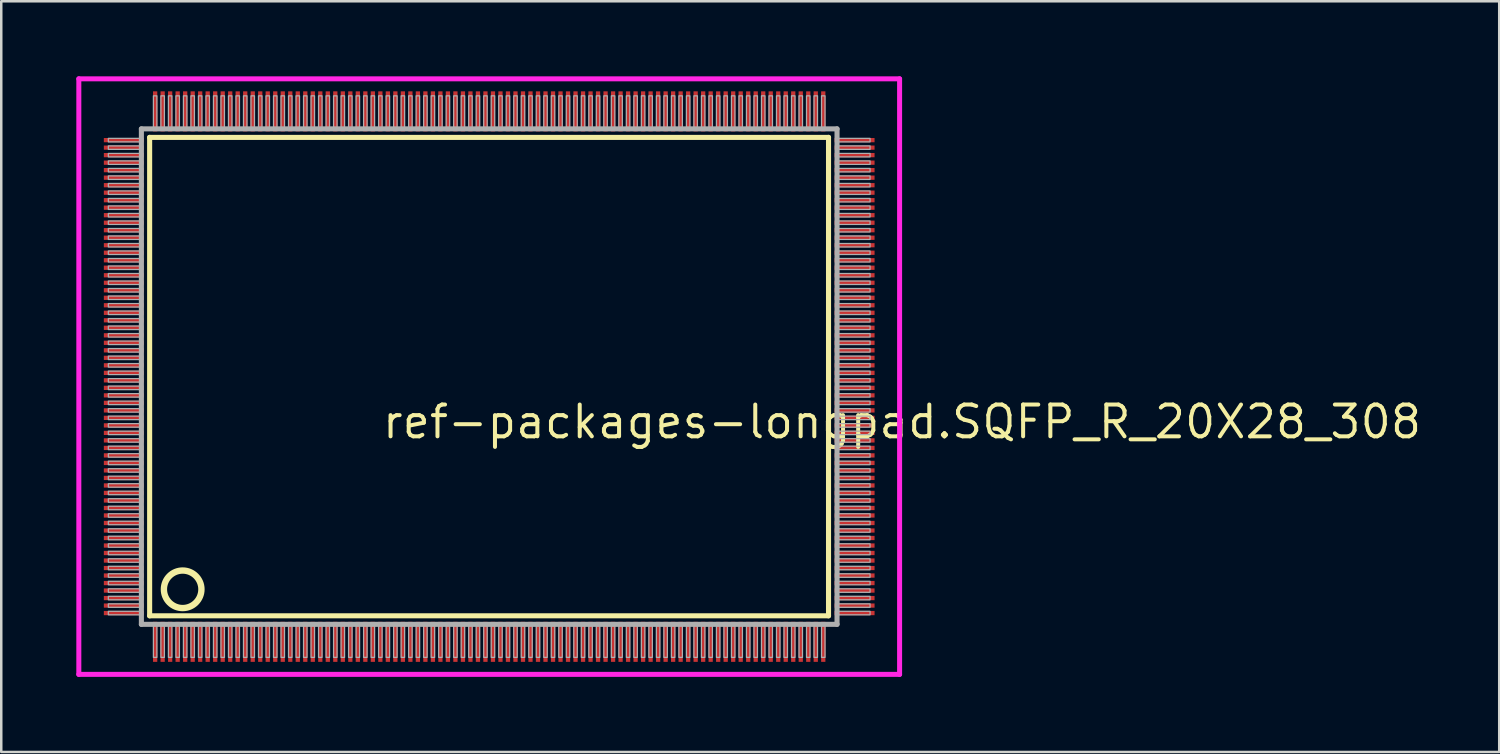
<source format=kicad_pcb>
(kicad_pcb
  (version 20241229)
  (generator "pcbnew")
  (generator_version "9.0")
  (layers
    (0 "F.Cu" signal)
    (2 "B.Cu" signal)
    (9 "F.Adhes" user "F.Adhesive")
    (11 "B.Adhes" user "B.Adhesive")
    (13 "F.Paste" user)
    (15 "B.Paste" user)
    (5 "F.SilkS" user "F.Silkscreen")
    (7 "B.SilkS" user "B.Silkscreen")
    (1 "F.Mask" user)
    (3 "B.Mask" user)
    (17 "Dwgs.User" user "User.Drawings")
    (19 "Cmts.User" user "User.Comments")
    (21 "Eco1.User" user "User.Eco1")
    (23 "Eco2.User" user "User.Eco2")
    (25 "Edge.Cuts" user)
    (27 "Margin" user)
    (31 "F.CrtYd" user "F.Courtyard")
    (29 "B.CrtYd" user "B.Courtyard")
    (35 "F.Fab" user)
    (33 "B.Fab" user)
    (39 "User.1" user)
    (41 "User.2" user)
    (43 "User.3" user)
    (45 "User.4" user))
  (footprint "ref-packages-longpad.SQFP_R_20X28_308"
    (layer "F.Cu")
    (at 16.5 12)
    (property "Reference" "ref-packages-longpad.SQFP_R_20X28_308" (at -4.35 2.55 0) (layer "F.SilkS") (effects (font (size 1.27 1.27) (thickness 0.16)) (justify left bottom)))
    (attr smd)
    (fp_line (start -13.57 -9.56) (end 13.56 -9.56) (stroke (width 0.203) (type default)) (layer "F.SilkS"))
    (fp_line (start -13.57 9.56) (end -13.57 -9.56) (stroke (width 0.203) (type default)) (layer "F.SilkS"))
    (fp_line (start 13.56 -9.56) (end 13.56 9.56) (stroke (width 0.203) (type default)) (layer "F.SilkS"))
    (fp_line (start 13.56 9.56) (end -13.57 9.56) (stroke (width 0.203) (type default)) (layer "F.SilkS"))
    (fp_circle (center -12.25 8.5) (end -11.5 8.5) (stroke (width 0.254) (type default)) (fill no) (layer "F.SilkS"))
    (fp_line (start -16.4 -11.9) (end 16.4 -11.9) (stroke (width 0.2) (type default)) (layer "F.CrtYd"))
    (fp_line (start -16.4 11.9) (end -16.4 -11.9) (stroke (width 0.2) (type default)) (layer "F.CrtYd"))
    (fp_line (start 16.4 -11.9) (end 16.4 11.9) (stroke (width 0.2) (type default)) (layer "F.CrtYd"))
    (fp_line (start 16.4 11.9) (end -16.4 11.9) (stroke (width 0.2) (type default)) (layer "F.CrtYd"))
    (fp_line (start -13.9 -9.9) (end -13.9 9.9) (stroke (width 0.203) (type default)) (layer "F.Fab"))
    (fp_line (start -13.9 9.9) (end 13.9 9.9) (stroke (width 0.203) (type default)) (layer "F.Fab"))
    (fp_line (start 13.9 -9.9) (end -13.9 -9.9) (stroke (width 0.203) (type default)) (layer "F.Fab"))
    (fp_line (start 13.9 9.9) (end 13.9 -9.9) (stroke (width 0.203) (type default)) (layer "F.Fab"))
    (fp_rect (start -15.22 -9.38) (end -13.95 -9.52) (stroke (width 0.05) (type default)) (fill no) (layer "F.Fab"))
    (fp_rect (start -15.22 -9.08) (end -13.95 -9.22) (stroke (width 0.05) (type default)) (fill no) (layer "F.Fab"))
    (fp_rect (start -15.22 -8.78) (end -13.95 -8.92) (stroke (width 0.05) (type default)) (fill no) (layer "F.Fab"))
    (fp_rect (start -15.22 -8.48) (end -13.95 -8.62) (stroke (width 0.05) (type default)) (fill no) (layer "F.Fab"))
    (fp_rect (start -15.22 -8.18) (end -13.95 -8.32) (stroke (width 0.05) (type default)) (fill no) (layer "F.Fab"))
    (fp_rect (start -15.22 -7.88) (end -13.95 -8.02) (stroke (width 0.05) (type default)) (fill no) (layer "F.Fab"))
    (fp_rect (start -15.22 -7.58) (end -13.95 -7.72) (stroke (width 0.05) (type default)) (fill no) (layer "F.Fab"))
    (fp_rect (start -15.22 -7.28) (end -13.95 -7.42) (stroke (width 0.05) (type default)) (fill no) (layer "F.Fab"))
    (fp_rect (start -15.22 -6.98) (end -13.95 -7.12) (stroke (width 0.05) (type default)) (fill no) (layer "F.Fab"))
    (fp_rect (start -15.22 -6.68) (end -13.95 -6.82) (stroke (width 0.05) (type default)) (fill no) (layer "F.Fab"))
    (fp_rect (start -15.22 -6.38) (end -13.95 -6.52) (stroke (width 0.05) (type default)) (fill no) (layer "F.Fab"))
    (fp_rect (start -15.22 -6.08) (end -13.95 -6.22) (stroke (width 0.05) (type default)) (fill no) (layer "F.Fab"))
    (fp_rect (start -15.22 -5.78) (end -13.95 -5.92) (stroke (width 0.05) (type default)) (fill no) (layer "F.Fab"))
    (fp_rect (start -15.22 -5.48) (end -13.95 -5.62) (stroke (width 0.05) (type default)) (fill no) (layer "F.Fab"))
    (fp_rect (start -15.22 -5.18) (end -13.95 -5.32) (stroke (width 0.05) (type default)) (fill no) (layer "F.Fab"))
    (fp_rect (start -15.22 -4.88) (end -13.95 -5.02) (stroke (width 0.05) (type default)) (fill no) (layer "F.Fab"))
    (fp_rect (start -15.22 -4.58) (end -13.95 -4.72) (stroke (width 0.05) (type default)) (fill no) (layer "F.Fab"))
    (fp_rect (start -15.22 -4.28) (end -13.95 -4.42) (stroke (width 0.05) (type default)) (fill no) (layer "F.Fab"))
    (fp_rect (start -15.22 -3.98) (end -13.95 -4.12) (stroke (width 0.05) (type default)) (fill no) (layer "F.Fab"))
    (fp_rect (start -15.22 -3.68) (end -13.95 -3.82) (stroke (width 0.05) (type default)) (fill no) (layer "F.Fab"))
    (fp_rect (start -15.22 -3.38) (end -13.95 -3.52) (stroke (width 0.05) (type default)) (fill no) (layer "F.Fab"))
    (fp_rect (start -15.22 -3.08) (end -13.95 -3.22) (stroke (width 0.05) (type default)) (fill no) (layer "F.Fab"))
    (fp_rect (start -15.22 -2.78) (end -13.95 -2.92) (stroke (width 0.05) (type default)) (fill no) (layer "F.Fab"))
    (fp_rect (start -15.22 -2.48) (end -13.95 -2.62) (stroke (width 0.05) (type default)) (fill no) (layer "F.Fab"))
    (fp_rect (start -15.22 -2.18) (end -13.95 -2.32) (stroke (width 0.05) (type default)) (fill no) (layer "F.Fab"))
    (fp_rect (start -15.22 -1.88) (end -13.95 -2.02) (stroke (width 0.05) (type default)) (fill no) (layer "F.Fab"))
    (fp_rect (start -15.22 -1.58) (end -13.95 -1.72) (stroke (width 0.05) (type default)) (fill no) (layer "F.Fab"))
    (fp_rect (start -15.22 -1.28) (end -13.95 -1.42) (stroke (width 0.05) (type default)) (fill no) (layer "F.Fab"))
    (fp_rect (start -15.22 -0.98) (end -13.95 -1.12) (stroke (width 0.05) (type default)) (fill no) (layer "F.Fab"))
    (fp_rect (start -15.22 -0.68) (end -13.95 -0.82) (stroke (width 0.05) (type default)) (fill no) (layer "F.Fab"))
    (fp_rect (start -15.22 -0.38) (end -13.95 -0.52) (stroke (width 0.05) (type default)) (fill no) (layer "F.Fab"))
    (fp_rect (start -15.22 -0.08) (end -13.95 -0.22) (stroke (width 0.05) (type default)) (fill no) (layer "F.Fab"))
    (fp_rect (start -15.22 0.22) (end -13.95 0.08) (stroke (width 0.05) (type default)) (fill no) (layer "F.Fab"))
    (fp_rect (start -15.22 0.52) (end -13.95 0.38) (stroke (width 0.05) (type default)) (fill no) (layer "F.Fab"))
    (fp_rect (start -15.22 0.82) (end -13.95 0.68) (stroke (width 0.05) (type default)) (fill no) (layer "F.Fab"))
    (fp_rect (start -15.22 1.12) (end -13.95 0.98) (stroke (width 0.05) (type default)) (fill no) (layer "F.Fab"))
    (fp_rect (start -15.22 1.42) (end -13.95 1.28) (stroke (width 0.05) (type default)) (fill no) (layer "F.Fab"))
    (fp_rect (start -15.22 1.72) (end -13.95 1.58) (stroke (width 0.05) (type default)) (fill no) (layer "F.Fab"))
    (fp_rect (start -15.22 2.02) (end -13.95 1.88) (stroke (width 0.05) (type default)) (fill no) (layer "F.Fab"))
    (fp_rect (start -15.22 2.32) (end -13.95 2.18) (stroke (width 0.05) (type default)) (fill no) (layer "F.Fab"))
    (fp_rect (start -15.22 2.62) (end -13.95 2.48) (stroke (width 0.05) (type default)) (fill no) (layer "F.Fab"))
    (fp_rect (start -15.22 2.92) (end -13.95 2.78) (stroke (width 0.05) (type default)) (fill no) (layer "F.Fab"))
    (fp_rect (start -15.22 3.22) (end -13.95 3.08) (stroke (width 0.05) (type default)) (fill no) (layer "F.Fab"))
    (fp_rect (start -15.22 3.52) (end -13.95 3.38) (stroke (width 0.05) (type default)) (fill no) (layer "F.Fab"))
    (fp_rect (start -15.22 3.82) (end -13.95 3.68) (stroke (width 0.05) (type default)) (fill no) (layer "F.Fab"))
    (fp_rect (start -15.22 4.12) (end -13.95 3.98) (stroke (width 0.05) (type default)) (fill no) (layer "F.Fab"))
    (fp_rect (start -15.22 4.42) (end -13.95 4.28) (stroke (width 0.05) (type default)) (fill no) (layer "F.Fab"))
    (fp_rect (start -15.22 4.72) (end -13.95 4.58) (stroke (width 0.05) (type default)) (fill no) (layer "F.Fab"))
    (fp_rect (start -15.22 5.02) (end -13.95 4.88) (stroke (width 0.05) (type default)) (fill no) (layer "F.Fab"))
    (fp_rect (start -15.22 5.32) (end -13.95 5.18) (stroke (width 0.05) (type default)) (fill no) (layer "F.Fab"))
    (fp_rect (start -15.22 5.62) (end -13.95 5.48) (stroke (width 0.05) (type default)) (fill no) (layer "F.Fab"))
    (fp_rect (start -15.22 5.92) (end -13.95 5.78) (stroke (width 0.05) (type default)) (fill no) (layer "F.Fab"))
    (fp_rect (start -15.22 6.22) (end -13.95 6.08) (stroke (width 0.05) (type default)) (fill no) (layer "F.Fab"))
    (fp_rect (start -15.22 6.52) (end -13.95 6.38) (stroke (width 0.05) (type default)) (fill no) (layer "F.Fab"))
    (fp_rect (start -15.22 6.82) (end -13.95 6.68) (stroke (width 0.05) (type default)) (fill no) (layer "F.Fab"))
    (fp_rect (start -15.22 7.12) (end -13.95 6.98) (stroke (width 0.05) (type default)) (fill no) (layer "F.Fab"))
    (fp_rect (start -15.22 7.42) (end -13.95 7.28) (stroke (width 0.05) (type default)) (fill no) (layer "F.Fab"))
    (fp_rect (start -15.22 7.72) (end -13.95 7.58) (stroke (width 0.05) (type default)) (fill no) (layer "F.Fab"))
    (fp_rect (start -15.22 8.02) (end -13.95 7.88) (stroke (width 0.05) (type default)) (fill no) (layer "F.Fab"))
    (fp_rect (start -15.22 8.32) (end -13.95 8.18) (stroke (width 0.05) (type default)) (fill no) (layer "F.Fab"))
    (fp_rect (start -15.22 8.62) (end -13.95 8.48) (stroke (width 0.05) (type default)) (fill no) (layer "F.Fab"))
    (fp_rect (start -15.22 8.92) (end -13.95 8.78) (stroke (width 0.05) (type default)) (fill no) (layer "F.Fab"))
    (fp_rect (start -15.22 9.22) (end -13.95 9.08) (stroke (width 0.05) (type default)) (fill no) (layer "F.Fab"))
    (fp_rect (start -15.22 9.52) (end -13.95 9.38) (stroke (width 0.05) (type default)) (fill no) (layer "F.Fab"))
    (fp_rect (start -13.42 -9.95) (end -13.28 -11.22) (stroke (width 0.05) (type default)) (fill no) (layer "F.Fab"))
    (fp_rect (start -13.42 11.22) (end -13.28 9.95) (stroke (width 0.05) (type default)) (fill no) (layer "F.Fab"))
    (fp_rect (start -13.12 -9.95) (end -12.98 -11.22) (stroke (width 0.05) (type default)) (fill no) (layer "F.Fab"))
    (fp_rect (start -13.12 11.22) (end -12.98 9.95) (stroke (width 0.05) (type default)) (fill no) (layer "F.Fab"))
    (fp_rect (start -12.82 -9.95) (end -12.68 -11.22) (stroke (width 0.05) (type default)) (fill no) (layer "F.Fab"))
    (fp_rect (start -12.82 11.22) (end -12.68 9.95) (stroke (width 0.05) (type default)) (fill no) (layer "F.Fab"))
    (fp_rect (start -12.52 -9.95) (end -12.38 -11.22) (stroke (width 0.05) (type default)) (fill no) (layer "F.Fab"))
    (fp_rect (start -12.52 11.22) (end -12.38 9.95) (stroke (width 0.05) (type default)) (fill no) (layer "F.Fab"))
    (fp_rect (start -12.22 -9.95) (end -12.08 -11.22) (stroke (width 0.05) (type default)) (fill no) (layer "F.Fab"))
    (fp_rect (start -12.22 11.22) (end -12.08 9.95) (stroke (width 0.05) (type default)) (fill no) (layer "F.Fab"))
    (fp_rect (start -11.92 -9.95) (end -11.78 -11.22) (stroke (width 0.05) (type default)) (fill no) (layer "F.Fab"))
    (fp_rect (start -11.92 11.22) (end -11.78 9.95) (stroke (width 0.05) (type default)) (fill no) (layer "F.Fab"))
    (fp_rect (start -11.62 -9.95) (end -11.48 -11.22) (stroke (width 0.05) (type default)) (fill no) (layer "F.Fab"))
    (fp_rect (start -11.62 11.22) (end -11.48 9.95) (stroke (width 0.05) (type default)) (fill no) (layer "F.Fab"))
    (fp_rect (start -11.32 -9.95) (end -11.18 -11.22) (stroke (width 0.05) (type default)) (fill no) (layer "F.Fab"))
    (fp_rect (start -11.32 11.22) (end -11.18 9.95) (stroke (width 0.05) (type default)) (fill no) (layer "F.Fab"))
    (fp_rect (start -11.02 -9.95) (end -10.88 -11.22) (stroke (width 0.05) (type default)) (fill no) (layer "F.Fab"))
    (fp_rect (start -11.02 11.22) (end -10.88 9.95) (stroke (width 0.05) (type default)) (fill no) (layer "F.Fab"))
    (fp_rect (start -10.72 -9.95) (end -10.58 -11.22) (stroke (width 0.05) (type default)) (fill no) (layer "F.Fab"))
    (fp_rect (start -10.72 11.22) (end -10.58 9.95) (stroke (width 0.05) (type default)) (fill no) (layer "F.Fab"))
    (fp_rect (start -10.42 -9.95) (end -10.28 -11.22) (stroke (width 0.05) (type default)) (fill no) (layer "F.Fab"))
    (fp_rect (start -10.42 11.22) (end -10.28 9.95) (stroke (width 0.05) (type default)) (fill no) (layer "F.Fab"))
    (fp_rect (start -10.12 -9.95) (end -9.98 -11.22) (stroke (width 0.05) (type default)) (fill no) (layer "F.Fab"))
    (fp_rect (start -10.12 11.22) (end -9.98 9.95) (stroke (width 0.05) (type default)) (fill no) (layer "F.Fab"))
    (fp_rect (start -9.82 -9.95) (end -9.68 -11.22) (stroke (width 0.05) (type default)) (fill no) (layer "F.Fab"))
    (fp_rect (start -9.82 11.22) (end -9.68 9.95) (stroke (width 0.05) (type default)) (fill no) (layer "F.Fab"))
    (fp_rect (start -9.52 -9.95) (end -9.38 -11.22) (stroke (width 0.05) (type default)) (fill no) (layer "F.Fab"))
    (fp_rect (start -9.52 11.22) (end -9.38 9.95) (stroke (width 0.05) (type default)) (fill no) (layer "F.Fab"))
    (fp_rect (start -9.22 -9.95) (end -9.08 -11.22) (stroke (width 0.05) (type default)) (fill no) (layer "F.Fab"))
    (fp_rect (start -9.22 11.22) (end -9.08 9.95) (stroke (width 0.05) (type default)) (fill no) (layer "F.Fab"))
    (fp_rect (start -8.92 -9.95) (end -8.78 -11.22) (stroke (width 0.05) (type default)) (fill no) (layer "F.Fab"))
    (fp_rect (start -8.92 11.22) (end -8.78 9.95) (stroke (width 0.05) (type default)) (fill no) (layer "F.Fab"))
    (fp_rect (start -8.62 -9.95) (end -8.48 -11.22) (stroke (width 0.05) (type default)) (fill no) (layer "F.Fab"))
    (fp_rect (start -8.62 11.22) (end -8.48 9.95) (stroke (width 0.05) (type default)) (fill no) (layer "F.Fab"))
    (fp_rect (start -8.32 -9.95) (end -8.18 -11.22) (stroke (width 0.05) (type default)) (fill no) (layer "F.Fab"))
    (fp_rect (start -8.32 11.22) (end -8.18 9.95) (stroke (width 0.05) (type default)) (fill no) (layer "F.Fab"))
    (fp_rect (start -8.02 -9.95) (end -7.88 -11.22) (stroke (width 0.05) (type default)) (fill no) (layer "F.Fab"))
    (fp_rect (start -8.02 11.22) (end -7.88 9.95) (stroke (width 0.05) (type default)) (fill no) (layer "F.Fab"))
    (fp_rect (start -7.72 -9.95) (end -7.58 -11.22) (stroke (width 0.05) (type default)) (fill no) (layer "F.Fab"))
    (fp_rect (start -7.72 11.22) (end -7.58 9.95) (stroke (width 0.05) (type default)) (fill no) (layer "F.Fab"))
    (fp_rect (start -7.42 -9.95) (end -7.28 -11.22) (stroke (width 0.05) (type default)) (fill no) (layer "F.Fab"))
    (fp_rect (start -7.42 11.22) (end -7.28 9.95) (stroke (width 0.05) (type default)) (fill no) (layer "F.Fab"))
    (fp_rect (start -7.12 -9.95) (end -6.98 -11.22) (stroke (width 0.05) (type default)) (fill no) (layer "F.Fab"))
    (fp_rect (start -7.12 11.22) (end -6.98 9.95) (stroke (width 0.05) (type default)) (fill no) (layer "F.Fab"))
    (fp_rect (start -6.82 -9.95) (end -6.68 -11.22) (stroke (width 0.05) (type default)) (fill no) (layer "F.Fab"))
    (fp_rect (start -6.82 11.22) (end -6.68 9.95) (stroke (width 0.05) (type default)) (fill no) (layer "F.Fab"))
    (fp_rect (start -6.52 -9.95) (end -6.38 -11.22) (stroke (width 0.05) (type default)) (fill no) (layer "F.Fab"))
    (fp_rect (start -6.52 11.22) (end -6.38 9.95) (stroke (width 0.05) (type default)) (fill no) (layer "F.Fab"))
    (fp_rect (start -6.22 -9.95) (end -6.08 -11.22) (stroke (width 0.05) (type default)) (fill no) (layer "F.Fab"))
    (fp_rect (start -6.22 11.22) (end -6.08 9.95) (stroke (width 0.05) (type default)) (fill no) (layer "F.Fab"))
    (fp_rect (start -5.92 -9.95) (end -5.78 -11.22) (stroke (width 0.05) (type default)) (fill no) (layer "F.Fab"))
    (fp_rect (start -5.92 11.22) (end -5.78 9.95) (stroke (width 0.05) (type default)) (fill no) (layer "F.Fab"))
    (fp_rect (start -5.62 -9.95) (end -5.48 -11.22) (stroke (width 0.05) (type default)) (fill no) (layer "F.Fab"))
    (fp_rect (start -5.62 11.22) (end -5.48 9.95) (stroke (width 0.05) (type default)) (fill no) (layer "F.Fab"))
    (fp_rect (start -5.32 -9.95) (end -5.18 -11.22) (stroke (width 0.05) (type default)) (fill no) (layer "F.Fab"))
    (fp_rect (start -5.32 11.22) (end -5.18 9.95) (stroke (width 0.05) (type default)) (fill no) (layer "F.Fab"))
    (fp_rect (start -5.02 -9.95) (end -4.88 -11.22) (stroke (width 0.05) (type default)) (fill no) (layer "F.Fab"))
    (fp_rect (start -5.02 11.22) (end -4.88 9.95) (stroke (width 0.05) (type default)) (fill no) (layer "F.Fab"))
    (fp_rect (start -4.72 -9.95) (end -4.58 -11.22) (stroke (width 0.05) (type default)) (fill no) (layer "F.Fab"))
    (fp_rect (start -4.72 11.22) (end -4.58 9.95) (stroke (width 0.05) (type default)) (fill no) (layer "F.Fab"))
    (fp_rect (start -4.42 -9.95) (end -4.28 -11.22) (stroke (width 0.05) (type default)) (fill no) (layer "F.Fab"))
    (fp_rect (start -4.42 11.22) (end -4.28 9.95) (stroke (width 0.05) (type default)) (fill no) (layer "F.Fab"))
    (fp_rect (start -4.12 -9.95) (end -3.98 -11.22) (stroke (width 0.05) (type default)) (fill no) (layer "F.Fab"))
    (fp_rect (start -4.12 11.22) (end -3.98 9.95) (stroke (width 0.05) (type default)) (fill no) (layer "F.Fab"))
    (fp_rect (start -3.82 -9.95) (end -3.68 -11.22) (stroke (width 0.05) (type default)) (fill no) (layer "F.Fab"))
    (fp_rect (start -3.82 11.22) (end -3.68 9.95) (stroke (width 0.05) (type default)) (fill no) (layer "F.Fab"))
    (fp_rect (start -3.52 -9.95) (end -3.38 -11.22) (stroke (width 0.05) (type default)) (fill no) (layer "F.Fab"))
    (fp_rect (start -3.52 11.22) (end -3.38 9.95) (stroke (width 0.05) (type default)) (fill no) (layer "F.Fab"))
    (fp_rect (start -3.22 -9.95) (end -3.08 -11.22) (stroke (width 0.05) (type default)) (fill no) (layer "F.Fab"))
    (fp_rect (start -3.22 11.22) (end -3.08 9.95) (stroke (width 0.05) (type default)) (fill no) (layer "F.Fab"))
    (fp_rect (start -2.92 -9.95) (end -2.78 -11.22) (stroke (width 0.05) (type default)) (fill no) (layer "F.Fab"))
    (fp_rect (start -2.92 11.22) (end -2.78 9.95) (stroke (width 0.05) (type default)) (fill no) (layer "F.Fab"))
    (fp_rect (start -2.62 -9.95) (end -2.48 -11.22) (stroke (width 0.05) (type default)) (fill no) (layer "F.Fab"))
    (fp_rect (start -2.62 11.22) (end -2.48 9.95) (stroke (width 0.05) (type default)) (fill no) (layer "F.Fab"))
    (fp_rect (start -2.32 -9.95) (end -2.18 -11.22) (stroke (width 0.05) (type default)) (fill no) (layer "F.Fab"))
    (fp_rect (start -2.32 11.22) (end -2.18 9.95) (stroke (width 0.05) (type default)) (fill no) (layer "F.Fab"))
    (fp_rect (start -2.02 -9.95) (end -1.88 -11.22) (stroke (width 0.05) (type default)) (fill no) (layer "F.Fab"))
    (fp_rect (start -2.02 11.22) (end -1.88 9.95) (stroke (width 0.05) (type default)) (fill no) (layer "F.Fab"))
    (fp_rect (start -1.72 -9.95) (end -1.58 -11.22) (stroke (width 0.05) (type default)) (fill no) (layer "F.Fab"))
    (fp_rect (start -1.72 11.22) (end -1.58 9.95) (stroke (width 0.05) (type default)) (fill no) (layer "F.Fab"))
    (fp_rect (start -1.42 -9.95) (end -1.28 -11.22) (stroke (width 0.05) (type default)) (fill no) (layer "F.Fab"))
    (fp_rect (start -1.42 11.22) (end -1.28 9.95) (stroke (width 0.05) (type default)) (fill no) (layer "F.Fab"))
    (fp_rect (start -1.12 -9.95) (end -0.98 -11.22) (stroke (width 0.05) (type default)) (fill no) (layer "F.Fab"))
    (fp_rect (start -1.12 11.22) (end -0.98 9.95) (stroke (width 0.05) (type default)) (fill no) (layer "F.Fab"))
    (fp_rect (start -0.82 -9.95) (end -0.68 -11.22) (stroke (width 0.05) (type default)) (fill no) (layer "F.Fab"))
    (fp_rect (start -0.82 11.22) (end -0.68 9.95) (stroke (width 0.05) (type default)) (fill no) (layer "F.Fab"))
    (fp_rect (start -0.52 -9.95) (end -0.38 -11.22) (stroke (width 0.05) (type default)) (fill no) (layer "F.Fab"))
    (fp_rect (start -0.52 11.22) (end -0.38 9.95) (stroke (width 0.05) (type default)) (fill no) (layer "F.Fab"))
    (fp_rect (start -0.22 -9.95) (end -0.08 -11.22) (stroke (width 0.05) (type default)) (fill no) (layer "F.Fab"))
    (fp_rect (start -0.22 11.22) (end -0.08 9.95) (stroke (width 0.05) (type default)) (fill no) (layer "F.Fab"))
    (fp_rect (start 0.08 -9.95) (end 0.22 -11.22) (stroke (width 0.05) (type default)) (fill no) (layer "F.Fab"))
    (fp_rect (start 0.08 11.22) (end 0.22 9.95) (stroke (width 0.05) (type default)) (fill no) (layer "F.Fab"))
    (fp_rect (start 0.38 -9.95) (end 0.52 -11.22) (stroke (width 0.05) (type default)) (fill no) (layer "F.Fab"))
    (fp_rect (start 0.38 11.22) (end 0.52 9.95) (stroke (width 0.05) (type default)) (fill no) (layer "F.Fab"))
    (fp_rect (start 0.68 -9.95) (end 0.82 -11.22) (stroke (width 0.05) (type default)) (fill no) (layer "F.Fab"))
    (fp_rect (start 0.68 11.22) (end 0.82 9.95) (stroke (width 0.05) (type default)) (fill no) (layer "F.Fab"))
    (fp_rect (start 0.98 -9.95) (end 1.12 -11.22) (stroke (width 0.05) (type default)) (fill no) (layer "F.Fab"))
    (fp_rect (start 0.98 11.22) (end 1.12 9.95) (stroke (width 0.05) (type default)) (fill no) (layer "F.Fab"))
    (fp_rect (start 1.28 -9.95) (end 1.42 -11.22) (stroke (width 0.05) (type default)) (fill no) (layer "F.Fab"))
    (fp_rect (start 1.28 11.22) (end 1.42 9.95) (stroke (width 0.05) (type default)) (fill no) (layer "F.Fab"))
    (fp_rect (start 1.58 -9.95) (end 1.72 -11.22) (stroke (width 0.05) (type default)) (fill no) (layer "F.Fab"))
    (fp_rect (start 1.58 11.22) (end 1.72 9.95) (stroke (width 0.05) (type default)) (fill no) (layer "F.Fab"))
    (fp_rect (start 1.88 -9.95) (end 2.02 -11.22) (stroke (width 0.05) (type default)) (fill no) (layer "F.Fab"))
    (fp_rect (start 1.88 11.22) (end 2.02 9.95) (stroke (width 0.05) (type default)) (fill no) (layer "F.Fab"))
    (fp_rect (start 2.18 -9.95) (end 2.32 -11.22) (stroke (width 0.05) (type default)) (fill no) (layer "F.Fab"))
    (fp_rect (start 2.18 11.22) (end 2.32 9.95) (stroke (width 0.05) (type default)) (fill no) (layer "F.Fab"))
    (fp_rect (start 2.48 -9.95) (end 2.62 -11.22) (stroke (width 0.05) (type default)) (fill no) (layer "F.Fab"))
    (fp_rect (start 2.48 11.22) (end 2.62 9.95) (stroke (width 0.05) (type default)) (fill no) (layer "F.Fab"))
    (fp_rect (start 2.78 -9.95) (end 2.92 -11.22) (stroke (width 0.05) (type default)) (fill no) (layer "F.Fab"))
    (fp_rect (start 2.78 11.22) (end 2.92 9.95) (stroke (width 0.05) (type default)) (fill no) (layer "F.Fab"))
    (fp_rect (start 3.08 -9.95) (end 3.22 -11.22) (stroke (width 0.05) (type default)) (fill no) (layer "F.Fab"))
    (fp_rect (start 3.08 11.22) (end 3.22 9.95) (stroke (width 0.05) (type default)) (fill no) (layer "F.Fab"))
    (fp_rect (start 3.38 -9.95) (end 3.52 -11.22) (stroke (width 0.05) (type default)) (fill no) (layer "F.Fab"))
    (fp_rect (start 3.38 11.22) (end 3.52 9.95) (stroke (width 0.05) (type default)) (fill no) (layer "F.Fab"))
    (fp_rect (start 3.68 -9.95) (end 3.82 -11.22) (stroke (width 0.05) (type default)) (fill no) (layer "F.Fab"))
    (fp_rect (start 3.68 11.22) (end 3.82 9.95) (stroke (width 0.05) (type default)) (fill no) (layer "F.Fab"))
    (fp_rect (start 3.98 -9.95) (end 4.12 -11.22) (stroke (width 0.05) (type default)) (fill no) (layer "F.Fab"))
    (fp_rect (start 3.98 11.22) (end 4.12 9.95) (stroke (width 0.05) (type default)) (fill no) (layer "F.Fab"))
    (fp_rect (start 4.28 -9.95) (end 4.42 -11.22) (stroke (width 0.05) (type default)) (fill no) (layer "F.Fab"))
    (fp_rect (start 4.28 11.22) (end 4.42 9.95) (stroke (width 0.05) (type default)) (fill no) (layer "F.Fab"))
    (fp_rect (start 4.58 -9.95) (end 4.72 -11.22) (stroke (width 0.05) (type default)) (fill no) (layer "F.Fab"))
    (fp_rect (start 4.58 11.22) (end 4.72 9.95) (stroke (width 0.05) (type default)) (fill no) (layer "F.Fab"))
    (fp_rect (start 4.88 -9.95) (end 5.02 -11.22) (stroke (width 0.05) (type default)) (fill no) (layer "F.Fab"))
    (fp_rect (start 4.88 11.22) (end 5.02 9.95) (stroke (width 0.05) (type default)) (fill no) (layer "F.Fab"))
    (fp_rect (start 5.18 -9.95) (end 5.32 -11.22) (stroke (width 0.05) (type default)) (fill no) (layer "F.Fab"))
    (fp_rect (start 5.18 11.22) (end 5.32 9.95) (stroke (width 0.05) (type default)) (fill no) (layer "F.Fab"))
    (fp_rect (start 5.48 -9.95) (end 5.62 -11.22) (stroke (width 0.05) (type default)) (fill no) (layer "F.Fab"))
    (fp_rect (start 5.48 11.22) (end 5.62 9.95) (stroke (width 0.05) (type default)) (fill no) (layer "F.Fab"))
    (fp_rect (start 5.78 -9.95) (end 5.92 -11.22) (stroke (width 0.05) (type default)) (fill no) (layer "F.Fab"))
    (fp_rect (start 5.78 11.22) (end 5.92 9.95) (stroke (width 0.05) (type default)) (fill no) (layer "F.Fab"))
    (fp_rect (start 6.08 -9.95) (end 6.22 -11.22) (stroke (width 0.05) (type default)) (fill no) (layer "F.Fab"))
    (fp_rect (start 6.08 11.22) (end 6.22 9.95) (stroke (width 0.05) (type default)) (fill no) (layer "F.Fab"))
    (fp_rect (start 6.38 -9.95) (end 6.52 -11.22) (stroke (width 0.05) (type default)) (fill no) (layer "F.Fab"))
    (fp_rect (start 6.38 11.22) (end 6.52 9.95) (stroke (width 0.05) (type default)) (fill no) (layer "F.Fab"))
    (fp_rect (start 6.68 -9.95) (end 6.82 -11.22) (stroke (width 0.05) (type default)) (fill no) (layer "F.Fab"))
    (fp_rect (start 6.68 11.22) (end 6.82 9.95) (stroke (width 0.05) (type default)) (fill no) (layer "F.Fab"))
    (fp_rect (start 6.98 -9.95) (end 7.12 -11.22) (stroke (width 0.05) (type default)) (fill no) (layer "F.Fab"))
    (fp_rect (start 6.98 11.22) (end 7.12 9.95) (stroke (width 0.05) (type default)) (fill no) (layer "F.Fab"))
    (fp_rect (start 7.28 -9.95) (end 7.42 -11.22) (stroke (width 0.05) (type default)) (fill no) (layer "F.Fab"))
    (fp_rect (start 7.28 11.22) (end 7.42 9.95) (stroke (width 0.05) (type default)) (fill no) (layer "F.Fab"))
    (fp_rect (start 7.58 -9.95) (end 7.72 -11.22) (stroke (width 0.05) (type default)) (fill no) (layer "F.Fab"))
    (fp_rect (start 7.58 11.22) (end 7.72 9.95) (stroke (width 0.05) (type default)) (fill no) (layer "F.Fab"))
    (fp_rect (start 7.88 -9.95) (end 8.02 -11.22) (stroke (width 0.05) (type default)) (fill no) (layer "F.Fab"))
    (fp_rect (start 7.88 11.22) (end 8.02 9.95) (stroke (width 0.05) (type default)) (fill no) (layer "F.Fab"))
    (fp_rect (start 8.18 -9.95) (end 8.32 -11.22) (stroke (width 0.05) (type default)) (fill no) (layer "F.Fab"))
    (fp_rect (start 8.18 11.22) (end 8.32 9.95) (stroke (width 0.05) (type default)) (fill no) (layer "F.Fab"))
    (fp_rect (start 8.48 -9.95) (end 8.62 -11.22) (stroke (width 0.05) (type default)) (fill no) (layer "F.Fab"))
    (fp_rect (start 8.48 11.22) (end 8.62 9.95) (stroke (width 0.05) (type default)) (fill no) (layer "F.Fab"))
    (fp_rect (start 8.78 -9.95) (end 8.92 -11.22) (stroke (width 0.05) (type default)) (fill no) (layer "F.Fab"))
    (fp_rect (start 8.78 11.22) (end 8.92 9.95) (stroke (width 0.05) (type default)) (fill no) (layer "F.Fab"))
    (fp_rect (start 9.08 -9.95) (end 9.22 -11.22) (stroke (width 0.05) (type default)) (fill no) (layer "F.Fab"))
    (fp_rect (start 9.08 11.22) (end 9.22 9.95) (stroke (width 0.05) (type default)) (fill no) (layer "F.Fab"))
    (fp_rect (start 9.38 -9.95) (end 9.52 -11.22) (stroke (width 0.05) (type default)) (fill no) (layer "F.Fab"))
    (fp_rect (start 9.38 11.22) (end 9.52 9.95) (stroke (width 0.05) (type default)) (fill no) (layer "F.Fab"))
    (fp_rect (start 9.68 -9.95) (end 9.82 -11.22) (stroke (width 0.05) (type default)) (fill no) (layer "F.Fab"))
    (fp_rect (start 9.68 11.22) (end 9.82 9.95) (stroke (width 0.05) (type default)) (fill no) (layer "F.Fab"))
    (fp_rect (start 9.98 -9.95) (end 10.12 -11.22) (stroke (width 0.05) (type default)) (fill no) (layer "F.Fab"))
    (fp_rect (start 9.98 11.22) (end 10.12 9.95) (stroke (width 0.05) (type default)) (fill no) (layer "F.Fab"))
    (fp_rect (start 10.28 -9.95) (end 10.42 -11.22) (stroke (width 0.05) (type default)) (fill no) (layer "F.Fab"))
    (fp_rect (start 10.28 11.22) (end 10.42 9.95) (stroke (width 0.05) (type default)) (fill no) (layer "F.Fab"))
    (fp_rect (start 10.58 -9.95) (end 10.72 -11.22) (stroke (width 0.05) (type default)) (fill no) (layer "F.Fab"))
    (fp_rect (start 10.58 11.22) (end 10.72 9.95) (stroke (width 0.05) (type default)) (fill no) (layer "F.Fab"))
    (fp_rect (start 10.88 -9.95) (end 11.02 -11.22) (stroke (width 0.05) (type default)) (fill no) (layer "F.Fab"))
    (fp_rect (start 10.88 11.22) (end 11.02 9.95) (stroke (width 0.05) (type default)) (fill no) (layer "F.Fab"))
    (fp_rect (start 11.18 -9.95) (end 11.32 -11.22) (stroke (width 0.05) (type default)) (fill no) (layer "F.Fab"))
    (fp_rect (start 11.18 11.22) (end 11.32 9.95) (stroke (width 0.05) (type default)) (fill no) (layer "F.Fab"))
    (fp_rect (start 11.48 -9.95) (end 11.62 -11.22) (stroke (width 0.05) (type default)) (fill no) (layer "F.Fab"))
    (fp_rect (start 11.48 11.22) (end 11.62 9.95) (stroke (width 0.05) (type default)) (fill no) (layer "F.Fab"))
    (fp_rect (start 11.78 -9.95) (end 11.92 -11.22) (stroke (width 0.05) (type default)) (fill no) (layer "F.Fab"))
    (fp_rect (start 11.78 11.22) (end 11.92 9.95) (stroke (width 0.05) (type default)) (fill no) (layer "F.Fab"))
    (fp_rect (start 12.08 -9.95) (end 12.22 -11.22) (stroke (width 0.05) (type default)) (fill no) (layer "F.Fab"))
    (fp_rect (start 12.08 11.22) (end 12.22 9.95) (stroke (width 0.05) (type default)) (fill no) (layer "F.Fab"))
    (fp_rect (start 12.38 -9.95) (end 12.52 -11.22) (stroke (width 0.05) (type default)) (fill no) (layer "F.Fab"))
    (fp_rect (start 12.38 11.22) (end 12.52 9.95) (stroke (width 0.05) (type default)) (fill no) (layer "F.Fab"))
    (fp_rect (start 12.68 -9.95) (end 12.82 -11.22) (stroke (width 0.05) (type default)) (fill no) (layer "F.Fab"))
    (fp_rect (start 12.68 11.22) (end 12.82 9.95) (stroke (width 0.05) (type default)) (fill no) (layer "F.Fab"))
    (fp_rect (start 12.98 -9.95) (end 13.12 -11.22) (stroke (width 0.05) (type default)) (fill no) (layer "F.Fab"))
    (fp_rect (start 12.98 11.22) (end 13.12 9.95) (stroke (width 0.05) (type default)) (fill no) (layer "F.Fab"))
    (fp_rect (start 13.28 -9.95) (end 13.42 -11.22) (stroke (width 0.05) (type default)) (fill no) (layer "F.Fab"))
    (fp_rect (start 13.28 11.22) (end 13.42 9.95) (stroke (width 0.05) (type default)) (fill no) (layer "F.Fab"))
    (fp_rect (start 13.95 -9.38) (end 15.22 -9.52) (stroke (width 0.05) (type default)) (fill no) (layer "F.Fab"))
    (fp_rect (start 13.95 -9.08) (end 15.22 -9.22) (stroke (width 0.05) (type default)) (fill no) (layer "F.Fab"))
    (fp_rect (start 13.95 -8.78) (end 15.22 -8.92) (stroke (width 0.05) (type default)) (fill no) (layer "F.Fab"))
    (fp_rect (start 13.95 -8.48) (end 15.22 -8.62) (stroke (width 0.05) (type default)) (fill no) (layer "F.Fab"))
    (fp_rect (start 13.95 -8.18) (end 15.22 -8.32) (stroke (width 0.05) (type default)) (fill no) (layer "F.Fab"))
    (fp_rect (start 13.95 -7.88) (end 15.22 -8.02) (stroke (width 0.05) (type default)) (fill no) (layer "F.Fab"))
    (fp_rect (start 13.95 -7.58) (end 15.22 -7.72) (stroke (width 0.05) (type default)) (fill no) (layer "F.Fab"))
    (fp_rect (start 13.95 -7.28) (end 15.22 -7.42) (stroke (width 0.05) (type default)) (fill no) (layer "F.Fab"))
    (fp_rect (start 13.95 -6.98) (end 15.22 -7.12) (stroke (width 0.05) (type default)) (fill no) (layer "F.Fab"))
    (fp_rect (start 13.95 -6.68) (end 15.22 -6.82) (stroke (width 0.05) (type default)) (fill no) (layer "F.Fab"))
    (fp_rect (start 13.95 -6.38) (end 15.22 -6.52) (stroke (width 0.05) (type default)) (fill no) (layer "F.Fab"))
    (fp_rect (start 13.95 -6.08) (end 15.22 -6.22) (stroke (width 0.05) (type default)) (fill no) (layer "F.Fab"))
    (fp_rect (start 13.95 -5.78) (end 15.22 -5.92) (stroke (width 0.05) (type default)) (fill no) (layer "F.Fab"))
    (fp_rect (start 13.95 -5.48) (end 15.22 -5.62) (stroke (width 0.05) (type default)) (fill no) (layer "F.Fab"))
    (fp_rect (start 13.95 -5.18) (end 15.22 -5.32) (stroke (width 0.05) (type default)) (fill no) (layer "F.Fab"))
    (fp_rect (start 13.95 -4.88) (end 15.22 -5.02) (stroke (width 0.05) (type default)) (fill no) (layer "F.Fab"))
    (fp_rect (start 13.95 -4.58) (end 15.22 -4.72) (stroke (width 0.05) (type default)) (fill no) (layer "F.Fab"))
    (fp_rect (start 13.95 -4.28) (end 15.22 -4.42) (stroke (width 0.05) (type default)) (fill no) (layer "F.Fab"))
    (fp_rect (start 13.95 -3.98) (end 15.22 -4.12) (stroke (width 0.05) (type default)) (fill no) (layer "F.Fab"))
    (fp_rect (start 13.95 -3.68) (end 15.22 -3.82) (stroke (width 0.05) (type default)) (fill no) (layer "F.Fab"))
    (fp_rect (start 13.95 -3.38) (end 15.22 -3.52) (stroke (width 0.05) (type default)) (fill no) (layer "F.Fab"))
    (fp_rect (start 13.95 -3.08) (end 15.22 -3.22) (stroke (width 0.05) (type default)) (fill no) (layer "F.Fab"))
    (fp_rect (start 13.95 -2.78) (end 15.22 -2.92) (stroke (width 0.05) (type default)) (fill no) (layer "F.Fab"))
    (fp_rect (start 13.95 -2.48) (end 15.22 -2.62) (stroke (width 0.05) (type default)) (fill no) (layer "F.Fab"))
    (fp_rect (start 13.95 -2.18) (end 15.22 -2.32) (stroke (width 0.05) (type default)) (fill no) (layer "F.Fab"))
    (fp_rect (start 13.95 -1.88) (end 15.22 -2.02) (stroke (width 0.05) (type default)) (fill no) (layer "F.Fab"))
    (fp_rect (start 13.95 -1.58) (end 15.22 -1.72) (stroke (width 0.05) (type default)) (fill no) (layer "F.Fab"))
    (fp_rect (start 13.95 -1.28) (end 15.22 -1.42) (stroke (width 0.05) (type default)) (fill no) (layer "F.Fab"))
    (fp_rect (start 13.95 -0.98) (end 15.22 -1.12) (stroke (width 0.05) (type default)) (fill no) (layer "F.Fab"))
    (fp_rect (start 13.95 -0.68) (end 15.22 -0.82) (stroke (width 0.05) (type default)) (fill no) (layer "F.Fab"))
    (fp_rect (start 13.95 -0.38) (end 15.22 -0.52) (stroke (width 0.05) (type default)) (fill no) (layer "F.Fab"))
    (fp_rect (start 13.95 -0.08) (end 15.22 -0.22) (stroke (width 0.05) (type default)) (fill no) (layer "F.Fab"))
    (fp_rect (start 13.95 0.22) (end 15.22 0.08) (stroke (width 0.05) (type default)) (fill no) (layer "F.Fab"))
    (fp_rect (start 13.95 0.52) (end 15.22 0.38) (stroke (width 0.05) (type default)) (fill no) (layer "F.Fab"))
    (fp_rect (start 13.95 0.82) (end 15.22 0.68) (stroke (width 0.05) (type default)) (fill no) (layer "F.Fab"))
    (fp_rect (start 13.95 1.12) (end 15.22 0.98) (stroke (width 0.05) (type default)) (fill no) (layer "F.Fab"))
    (fp_rect (start 13.95 1.42) (end 15.22 1.28) (stroke (width 0.05) (type default)) (fill no) (layer "F.Fab"))
    (fp_rect (start 13.95 1.72) (end 15.22 1.58) (stroke (width 0.05) (type default)) (fill no) (layer "F.Fab"))
    (fp_rect (start 13.95 2.02) (end 15.22 1.88) (stroke (width 0.05) (type default)) (fill no) (layer "F.Fab"))
    (fp_rect (start 13.95 2.32) (end 15.22 2.18) (stroke (width 0.05) (type default)) (fill no) (layer "F.Fab"))
    (fp_rect (start 13.95 2.62) (end 15.22 2.48) (stroke (width 0.05) (type default)) (fill no) (layer "F.Fab"))
    (fp_rect (start 13.95 2.92) (end 15.22 2.78) (stroke (width 0.05) (type default)) (fill no) (layer "F.Fab"))
    (fp_rect (start 13.95 3.22) (end 15.22 3.08) (stroke (width 0.05) (type default)) (fill no) (layer "F.Fab"))
    (fp_rect (start 13.95 3.52) (end 15.22 3.38) (stroke (width 0.05) (type default)) (fill no) (layer "F.Fab"))
    (fp_rect (start 13.95 3.82) (end 15.22 3.68) (stroke (width 0.05) (type default)) (fill no) (layer "F.Fab"))
    (fp_rect (start 13.95 4.12) (end 15.22 3.98) (stroke (width 0.05) (type default)) (fill no) (layer "F.Fab"))
    (fp_rect (start 13.95 4.42) (end 15.22 4.28) (stroke (width 0.05) (type default)) (fill no) (layer "F.Fab"))
    (fp_rect (start 13.95 4.72) (end 15.22 4.58) (stroke (width 0.05) (type default)) (fill no) (layer "F.Fab"))
    (fp_rect (start 13.95 5.02) (end 15.22 4.88) (stroke (width 0.05) (type default)) (fill no) (layer "F.Fab"))
    (fp_rect (start 13.95 5.32) (end 15.22 5.18) (stroke (width 0.05) (type default)) (fill no) (layer "F.Fab"))
    (fp_rect (start 13.95 5.62) (end 15.22 5.48) (stroke (width 0.05) (type default)) (fill no) (layer "F.Fab"))
    (fp_rect (start 13.95 5.92) (end 15.22 5.78) (stroke (width 0.05) (type default)) (fill no) (layer "F.Fab"))
    (fp_rect (start 13.95 6.22) (end 15.22 6.08) (stroke (width 0.05) (type default)) (fill no) (layer "F.Fab"))
    (fp_rect (start 13.95 6.52) (end 15.22 6.38) (stroke (width 0.05) (type default)) (fill no) (layer "F.Fab"))
    (fp_rect (start 13.95 6.82) (end 15.22 6.68) (stroke (width 0.05) (type default)) (fill no) (layer "F.Fab"))
    (fp_rect (start 13.95 7.12) (end 15.22 6.98) (stroke (width 0.05) (type default)) (fill no) (layer "F.Fab"))
    (fp_rect (start 13.95 7.42) (end 15.22 7.28) (stroke (width 0.05) (type default)) (fill no) (layer "F.Fab"))
    (fp_rect (start 13.95 7.72) (end 15.22 7.58) (stroke (width 0.05) (type default)) (fill no) (layer "F.Fab"))
    (fp_rect (start 13.95 8.02) (end 15.22 7.88) (stroke (width 0.05) (type default)) (fill no) (layer "F.Fab"))
    (fp_rect (start 13.95 8.32) (end 15.22 8.18) (stroke (width 0.05) (type default)) (fill no) (layer "F.Fab"))
    (fp_rect (start 13.95 8.62) (end 15.22 8.48) (stroke (width 0.05) (type default)) (fill no) (layer "F.Fab"))
    (fp_rect (start 13.95 8.92) (end 15.22 8.78) (stroke (width 0.05) (type default)) (fill no) (layer "F.Fab"))
    (fp_rect (start 13.95 9.22) (end 15.22 9.08) (stroke (width 0.05) (type default)) (fill no) (layer "F.Fab"))
    (fp_rect (start 13.95 9.52) (end 15.22 9.38) (stroke (width 0.05) (type default)) (fill no) (layer "F.Fab"))
    (pad "1" smd roundrect (at -13.35 10.6) (size 0.17 1.6) (layers "F.Cu" "F.Mask" "F.Paste") (roundrect_rratio 0.01))
    (pad "2" smd roundrect (at -13.05 10.6) (size 0.17 1.6) (layers "F.Cu" "F.Mask" "F.Paste") (roundrect_rratio 0.01))
    (pad "3" smd roundrect (at -12.75 10.6) (size 0.17 1.6) (layers "F.Cu" "F.Mask" "F.Paste") (roundrect_rratio 0.01))
    (pad "4" smd roundrect (at -12.45 10.6) (size 0.17 1.6) (layers "F.Cu" "F.Mask" "F.Paste") (roundrect_rratio 0.01))
    (pad "5" smd roundrect (at -12.15 10.6) (size 0.17 1.6) (layers "F.Cu" "F.Mask" "F.Paste") (roundrect_rratio 0.01))
    (pad "6" smd roundrect (at -11.85 10.6) (size 0.17 1.6) (layers "F.Cu" "F.Mask" "F.Paste") (roundrect_rratio 0.01))
    (pad "7" smd roundrect (at -11.55 10.6) (size 0.17 1.6) (layers "F.Cu" "F.Mask" "F.Paste") (roundrect_rratio 0.01))
    (pad "8" smd roundrect (at -11.25 10.6) (size 0.17 1.6) (layers "F.Cu" "F.Mask" "F.Paste") (roundrect_rratio 0.01))
    (pad "9" smd roundrect (at -10.95 10.6) (size 0.17 1.6) (layers "F.Cu" "F.Mask" "F.Paste") (roundrect_rratio 0.01))
    (pad "10" smd roundrect (at -10.65 10.6) (size 0.17 1.6) (layers "F.Cu" "F.Mask" "F.Paste") (roundrect_rratio 0.01))
    (pad "11" smd roundrect (at -10.35 10.6) (size 0.17 1.6) (layers "F.Cu" "F.Mask" "F.Paste") (roundrect_rratio 0.01))
    (pad "12" smd roundrect (at -10.05 10.6) (size 0.17 1.6) (layers "F.Cu" "F.Mask" "F.Paste") (roundrect_rratio 0.01))
    (pad "13" smd roundrect (at -9.75 10.6) (size 0.17 1.6) (layers "F.Cu" "F.Mask" "F.Paste") (roundrect_rratio 0.01))
    (pad "14" smd roundrect (at -9.45 10.6) (size 0.17 1.6) (layers "F.Cu" "F.Mask" "F.Paste") (roundrect_rratio 0.01))
    (pad "15" smd roundrect (at -9.15 10.6) (size 0.17 1.6) (layers "F.Cu" "F.Mask" "F.Paste") (roundrect_rratio 0.01))
    (pad "16" smd roundrect (at -8.85 10.6) (size 0.17 1.6) (layers "F.Cu" "F.Mask" "F.Paste") (roundrect_rratio 0.01))
    (pad "17" smd roundrect (at -8.55 10.6) (size 0.17 1.6) (layers "F.Cu" "F.Mask" "F.Paste") (roundrect_rratio 0.01))
    (pad "18" smd roundrect (at -8.25 10.6) (size 0.17 1.6) (layers "F.Cu" "F.Mask" "F.Paste") (roundrect_rratio 0.01))
    (pad "19" smd roundrect (at -7.95 10.6) (size 0.17 1.6) (layers "F.Cu" "F.Mask" "F.Paste") (roundrect_rratio 0.01))
    (pad "20" smd roundrect (at -7.65 10.6) (size 0.17 1.6) (layers "F.Cu" "F.Mask" "F.Paste") (roundrect_rratio 0.01))
    (pad "21" smd roundrect (at -7.35 10.6) (size 0.17 1.6) (layers "F.Cu" "F.Mask" "F.Paste") (roundrect_rratio 0.01))
    (pad "22" smd roundrect (at -7.05 10.6) (size 0.17 1.6) (layers "F.Cu" "F.Mask" "F.Paste") (roundrect_rratio 0.01))
    (pad "23" smd roundrect (at -6.75 10.6) (size 0.17 1.6) (layers "F.Cu" "F.Mask" "F.Paste") (roundrect_rratio 0.01))
    (pad "24" smd roundrect (at -6.45 10.6) (size 0.17 1.6) (layers "F.Cu" "F.Mask" "F.Paste") (roundrect_rratio 0.01))
    (pad "25" smd roundrect (at -6.15 10.6) (size 0.17 1.6) (layers "F.Cu" "F.Mask" "F.Paste") (roundrect_rratio 0.01))
    (pad "26" smd roundrect (at -5.85 10.6) (size 0.17 1.6) (layers "F.Cu" "F.Mask" "F.Paste") (roundrect_rratio 0.01))
    (pad "27" smd roundrect (at -5.55 10.6) (size 0.17 1.6) (layers "F.Cu" "F.Mask" "F.Paste") (roundrect_rratio 0.01))
    (pad "28" smd roundrect (at -5.25 10.6) (size 0.17 1.6) (layers "F.Cu" "F.Mask" "F.Paste") (roundrect_rratio 0.01))
    (pad "29" smd roundrect (at -4.95 10.6) (size 0.17 1.6) (layers "F.Cu" "F.Mask" "F.Paste") (roundrect_rratio 0.01))
    (pad "30" smd roundrect (at -4.65 10.6) (size 0.17 1.6) (layers "F.Cu" "F.Mask" "F.Paste") (roundrect_rratio 0.01))
    (pad "31" smd roundrect (at -4.35 10.6) (size 0.17 1.6) (layers "F.Cu" "F.Mask" "F.Paste") (roundrect_rratio 0.01))
    (pad "32" smd roundrect (at -4.05 10.6) (size 0.17 1.6) (layers "F.Cu" "F.Mask" "F.Paste") (roundrect_rratio 0.01))
    (pad "33" smd roundrect (at -3.75 10.6) (size 0.17 1.6) (layers "F.Cu" "F.Mask" "F.Paste") (roundrect_rratio 0.01))
    (pad "34" smd roundrect (at -3.45 10.6) (size 0.17 1.6) (layers "F.Cu" "F.Mask" "F.Paste") (roundrect_rratio 0.01))
    (pad "35" smd roundrect (at -3.15 10.6) (size 0.17 1.6) (layers "F.Cu" "F.Mask" "F.Paste") (roundrect_rratio 0.01))
    (pad "36" smd roundrect (at -2.85 10.6) (size 0.17 1.6) (layers "F.Cu" "F.Mask" "F.Paste") (roundrect_rratio 0.01))
    (pad "37" smd roundrect (at -2.55 10.6) (size 0.17 1.6) (layers "F.Cu" "F.Mask" "F.Paste") (roundrect_rratio 0.01))
    (pad "38" smd roundrect (at -2.25 10.6) (size 0.17 1.6) (layers "F.Cu" "F.Mask" "F.Paste") (roundrect_rratio 0.01))
    (pad "39" smd roundrect (at -1.95 10.6) (size 0.17 1.6) (layers "F.Cu" "F.Mask" "F.Paste") (roundrect_rratio 0.01))
    (pad "40" smd roundrect (at -1.65 10.6) (size 0.17 1.6) (layers "F.Cu" "F.Mask" "F.Paste") (roundrect_rratio 0.01))
    (pad "41" smd roundrect (at -1.35 10.6) (size 0.17 1.6) (layers "F.Cu" "F.Mask" "F.Paste") (roundrect_rratio 0.01))
    (pad "42" smd roundrect (at -1.05 10.6) (size 0.17 1.6) (layers "F.Cu" "F.Mask" "F.Paste") (roundrect_rratio 0.01))
    (pad "43" smd roundrect (at -0.75 10.6) (size 0.17 1.6) (layers "F.Cu" "F.Mask" "F.Paste") (roundrect_rratio 0.01))
    (pad "44" smd roundrect (at -0.45 10.6) (size 0.17 1.6) (layers "F.Cu" "F.Mask" "F.Paste") (roundrect_rratio 0.01))
    (pad "45" smd roundrect (at -0.15 10.6) (size 0.17 1.6) (layers "F.Cu" "F.Mask" "F.Paste") (roundrect_rratio 0.01))
    (pad "46" smd roundrect (at 0.15 10.6) (size 0.17 1.6) (layers "F.Cu" "F.Mask" "F.Paste") (roundrect_rratio 0.01))
    (pad "47" smd roundrect (at 0.45 10.6) (size 0.17 1.6) (layers "F.Cu" "F.Mask" "F.Paste") (roundrect_rratio 0.01))
    (pad "48" smd roundrect (at 0.75 10.6) (size 0.17 1.6) (layers "F.Cu" "F.Mask" "F.Paste") (roundrect_rratio 0.01))
    (pad "49" smd roundrect (at 1.05 10.6) (size 0.17 1.6) (layers "F.Cu" "F.Mask" "F.Paste") (roundrect_rratio 0.01))
    (pad "50" smd roundrect (at 1.35 10.6) (size 0.17 1.6) (layers "F.Cu" "F.Mask" "F.Paste") (roundrect_rratio 0.01))
    (pad "51" smd roundrect (at 1.65 10.6) (size 0.17 1.6) (layers "F.Cu" "F.Mask" "F.Paste") (roundrect_rratio 0.01))
    (pad "52" smd roundrect (at 1.95 10.6) (size 0.17 1.6) (layers "F.Cu" "F.Mask" "F.Paste") (roundrect_rratio 0.01))
    (pad "53" smd roundrect (at 2.25 10.6) (size 0.17 1.6) (layers "F.Cu" "F.Mask" "F.Paste") (roundrect_rratio 0.01))
    (pad "54" smd roundrect (at 2.55 10.6) (size 0.17 1.6) (layers "F.Cu" "F.Mask" "F.Paste") (roundrect_rratio 0.01))
    (pad "55" smd roundrect (at 2.85 10.6) (size 0.17 1.6) (layers "F.Cu" "F.Mask" "F.Paste") (roundrect_rratio 0.01))
    (pad "56" smd roundrect (at 3.15 10.6) (size 0.17 1.6) (layers "F.Cu" "F.Mask" "F.Paste") (roundrect_rratio 0.01))
    (pad "57" smd roundrect (at 3.45 10.6) (size 0.17 1.6) (layers "F.Cu" "F.Mask" "F.Paste") (roundrect_rratio 0.01))
    (pad "58" smd roundrect (at 3.75 10.6) (size 0.17 1.6) (layers "F.Cu" "F.Mask" "F.Paste") (roundrect_rratio 0.01))
    (pad "59" smd roundrect (at 4.05 10.6) (size 0.17 1.6) (layers "F.Cu" "F.Mask" "F.Paste") (roundrect_rratio 0.01))
    (pad "60" smd roundrect (at 4.35 10.6) (size 0.17 1.6) (layers "F.Cu" "F.Mask" "F.Paste") (roundrect_rratio 0.01))
    (pad "61" smd roundrect (at 4.65 10.6) (size 0.17 1.6) (layers "F.Cu" "F.Mask" "F.Paste") (roundrect_rratio 0.01))
    (pad "62" smd roundrect (at 4.95 10.6) (size 0.17 1.6) (layers "F.Cu" "F.Mask" "F.Paste") (roundrect_rratio 0.01))
    (pad "63" smd roundrect (at 5.25 10.6) (size 0.17 1.6) (layers "F.Cu" "F.Mask" "F.Paste") (roundrect_rratio 0.01))
    (pad "64" smd roundrect (at 5.55 10.6) (size 0.17 1.6) (layers "F.Cu" "F.Mask" "F.Paste") (roundrect_rratio 0.01))
    (pad "65" smd roundrect (at 5.85 10.6) (size 0.17 1.6) (layers "F.Cu" "F.Mask" "F.Paste") (roundrect_rratio 0.01))
    (pad "66" smd roundrect (at 6.15 10.6) (size 0.17 1.6) (layers "F.Cu" "F.Mask" "F.Paste") (roundrect_rratio 0.01))
    (pad "67" smd roundrect (at 6.45 10.6) (size 0.17 1.6) (layers "F.Cu" "F.Mask" "F.Paste") (roundrect_rratio 0.01))
    (pad "68" smd roundrect (at 6.75 10.6) (size 0.17 1.6) (layers "F.Cu" "F.Mask" "F.Paste") (roundrect_rratio 0.01))
    (pad "69" smd roundrect (at 11.25 10.6) (size 0.17 1.6) (layers "F.Cu" "F.Mask" "F.Paste") (roundrect_rratio 0.01))
    (pad "70" smd roundrect (at 7.05 10.6) (size 0.17 1.6) (layers "F.Cu" "F.Mask" "F.Paste") (roundrect_rratio 0.01))
    (pad "71" smd roundrect (at 7.35 10.6) (size 0.17 1.6) (layers "F.Cu" "F.Mask" "F.Paste") (roundrect_rratio 0.01))
    (pad "72" smd roundrect (at 7.65 10.6) (size 0.17 1.6) (layers "F.Cu" "F.Mask" "F.Paste") (roundrect_rratio 0.01))
    (pad "73" smd roundrect (at 7.95 10.6) (size 0.17 1.6) (layers "F.Cu" "F.Mask" "F.Paste") (roundrect_rratio 0.01))
    (pad "74" smd roundrect (at 8.25 10.6) (size 0.17 1.6) (layers "F.Cu" "F.Mask" "F.Paste") (roundrect_rratio 0.01))
    (pad "75" smd roundrect (at 8.55 10.6) (size 0.17 1.6) (layers "F.Cu" "F.Mask" "F.Paste") (roundrect_rratio 0.01))
    (pad "76" smd roundrect (at 8.85 10.6) (size 0.17 1.6) (layers "F.Cu" "F.Mask" "F.Paste") (roundrect_rratio 0.01))
    (pad "77" smd roundrect (at 9.15 10.6) (size 0.17 1.6) (layers "F.Cu" "F.Mask" "F.Paste") (roundrect_rratio 0.01))
    (pad "78" smd roundrect (at 9.45 10.6) (size 0.17 1.6) (layers "F.Cu" "F.Mask" "F.Paste") (roundrect_rratio 0.01))
    (pad "79" smd roundrect (at 9.75 10.6) (size 0.17 1.6) (layers "F.Cu" "F.Mask" "F.Paste") (roundrect_rratio 0.01))
    (pad "80" smd roundrect (at 10.05 10.6) (size 0.17 1.6) (layers "F.Cu" "F.Mask" "F.Paste") (roundrect_rratio 0.01))
    (pad "81" smd roundrect (at 10.35 10.6) (size 0.17 1.6) (layers "F.Cu" "F.Mask" "F.Paste") (roundrect_rratio 0.01))
    (pad "82" smd roundrect (at 10.65 10.6) (size 0.17 1.6) (layers "F.Cu" "F.Mask" "F.Paste") (roundrect_rratio 0.01))
    (pad "83" smd roundrect (at 10.95 10.6) (size 0.17 1.6) (layers "F.Cu" "F.Mask" "F.Paste") (roundrect_rratio 0.01))
    (pad "84" smd roundrect (at 11.55 10.6) (size 0.17 1.6) (layers "F.Cu" "F.Mask" "F.Paste") (roundrect_rratio 0.01))
    (pad "85" smd roundrect (at 11.85 10.6) (size 0.17 1.6) (layers "F.Cu" "F.Mask" "F.Paste") (roundrect_rratio 0.01))
    (pad "86" smd roundrect (at 12.15 10.6) (size 0.17 1.6) (layers "F.Cu" "F.Mask" "F.Paste") (roundrect_rratio 0.01))
    (pad "87" smd roundrect (at 12.45 10.6) (size 0.17 1.6) (layers "F.Cu" "F.Mask" "F.Paste") (roundrect_rratio 0.01))
    (pad "88" smd roundrect (at 12.75 10.6) (size 0.17 1.6) (layers "F.Cu" "F.Mask" "F.Paste") (roundrect_rratio 0.01))
    (pad "89" smd roundrect (at 13.05 10.6) (size 0.17 1.6) (layers "F.Cu" "F.Mask" "F.Paste") (roundrect_rratio 0.01))
    (pad "90" smd roundrect (at 13.35 10.6) (size 0.17 1.6) (layers "F.Cu" "F.Mask" "F.Paste") (roundrect_rratio 0.01))
    (pad "91" smd roundrect (at 14.6 9.45) (size 1.6 0.17) (layers "F.Cu" "F.Mask" "F.Paste") (roundrect_rratio 0.01))
    (pad "92" smd roundrect (at 14.6 9.15) (size 1.6 0.17) (layers "F.Cu" "F.Mask" "F.Paste") (roundrect_rratio 0.01))
    (pad "93" smd roundrect (at 14.6 8.85) (size 1.6 0.17) (layers "F.Cu" "F.Mask" "F.Paste") (roundrect_rratio 0.01))
    (pad "94" smd roundrect (at 14.6 8.55) (size 1.6 0.17) (layers "F.Cu" "F.Mask" "F.Paste") (roundrect_rratio 0.01))
    (pad "95" smd roundrect (at 14.6 8.25) (size 1.6 0.17) (layers "F.Cu" "F.Mask" "F.Paste") (roundrect_rratio 0.01))
    (pad "96" smd roundrect (at 14.6 7.95) (size 1.6 0.17) (layers "F.Cu" "F.Mask" "F.Paste") (roundrect_rratio 0.01))
    (pad "97" smd roundrect (at 14.6 7.65) (size 1.6 0.17) (layers "F.Cu" "F.Mask" "F.Paste") (roundrect_rratio 0.01))
    (pad "98" smd roundrect (at 14.6 7.35) (size 1.6 0.17) (layers "F.Cu" "F.Mask" "F.Paste") (roundrect_rratio 0.01))
    (pad "99" smd roundrect (at 14.6 7.05) (size 1.6 0.17) (layers "F.Cu" "F.Mask" "F.Paste") (roundrect_rratio 0.01))
    (pad "100" smd roundrect (at 14.6 6.75) (size 1.6 0.17) (layers "F.Cu" "F.Mask" "F.Paste") (roundrect_rratio 0.01))
    (pad "101" smd roundrect (at 14.6 6.45) (size 1.6 0.17) (layers "F.Cu" "F.Mask" "F.Paste") (roundrect_rratio 0.01))
    (pad "102" smd roundrect (at 14.6 6.15) (size 1.6 0.17) (layers "F.Cu" "F.Mask" "F.Paste") (roundrect_rratio 0.01))
    (pad "103" smd roundrect (at 14.6 5.85) (size 1.6 0.17) (layers "F.Cu" "F.Mask" "F.Paste") (roundrect_rratio 0.01))
    (pad "104" smd roundrect (at 14.6 5.55) (size 1.6 0.17) (layers "F.Cu" "F.Mask" "F.Paste") (roundrect_rratio 0.01))
    (pad "105" smd roundrect (at 14.6 5.25) (size 1.6 0.17) (layers "F.Cu" "F.Mask" "F.Paste") (roundrect_rratio 0.01))
    (pad "106" smd roundrect (at 14.6 4.95) (size 1.6 0.17) (layers "F.Cu" "F.Mask" "F.Paste") (roundrect_rratio 0.01))
    (pad "107" smd roundrect (at 14.6 4.65) (size 1.6 0.17) (layers "F.Cu" "F.Mask" "F.Paste") (roundrect_rratio 0.01))
    (pad "108" smd roundrect (at 14.6 4.35) (size 1.6 0.17) (layers "F.Cu" "F.Mask" "F.Paste") (roundrect_rratio 0.01))
    (pad "109" smd roundrect (at 14.6 4.05) (size 1.6 0.17) (layers "F.Cu" "F.Mask" "F.Paste") (roundrect_rratio 0.01))
    (pad "110" smd roundrect (at 14.6 3.75) (size 1.6 0.17) (layers "F.Cu" "F.Mask" "F.Paste") (roundrect_rratio 0.01))
    (pad "111" smd roundrect (at 14.6 3.45) (size 1.6 0.17) (layers "F.Cu" "F.Mask" "F.Paste") (roundrect_rratio 0.01))
    (pad "112" smd roundrect (at 14.6 3.15) (size 1.6 0.17) (layers "F.Cu" "F.Mask" "F.Paste") (roundrect_rratio 0.01))
    (pad "113" smd roundrect (at 14.6 2.85) (size 1.6 0.17) (layers "F.Cu" "F.Mask" "F.Paste") (roundrect_rratio 0.01))
    (pad "114" smd roundrect (at 14.6 2.55) (size 1.6 0.17) (layers "F.Cu" "F.Mask" "F.Paste") (roundrect_rratio 0.01))
    (pad "115" smd roundrect (at 14.6 2.25) (size 1.6 0.17) (layers "F.Cu" "F.Mask" "F.Paste") (roundrect_rratio 0.01))
    (pad "116" smd roundrect (at 14.6 1.95) (size 1.6 0.17) (layers "F.Cu" "F.Mask" "F.Paste") (roundrect_rratio 0.01))
    (pad "117" smd roundrect (at 14.6 1.65) (size 1.6 0.17) (layers "F.Cu" "F.Mask" "F.Paste") (roundrect_rratio 0.01))
    (pad "118" smd roundrect (at 14.6 1.35) (size 1.6 0.17) (layers "F.Cu" "F.Mask" "F.Paste") (roundrect_rratio 0.01))
    (pad "119" smd roundrect (at 14.6 1.05) (size 1.6 0.17) (layers "F.Cu" "F.Mask" "F.Paste") (roundrect_rratio 0.01))
    (pad "120" smd roundrect (at 14.6 0.75) (size 1.6 0.17) (layers "F.Cu" "F.Mask" "F.Paste") (roundrect_rratio 0.01))
    (pad "121" smd roundrect (at 14.6 0.45) (size 1.6 0.17) (layers "F.Cu" "F.Mask" "F.Paste") (roundrect_rratio 0.01))
    (pad "122" smd roundrect (at 14.6 0.15) (size 1.6 0.17) (layers "F.Cu" "F.Mask" "F.Paste") (roundrect_rratio 0.01))
    (pad "123" smd roundrect (at 14.6 -0.15) (size 1.6 0.17) (layers "F.Cu" "F.Mask" "F.Paste") (roundrect_rratio 0.01))
    (pad "124" smd roundrect (at 14.6 -0.45) (size 1.6 0.17) (layers "F.Cu" "F.Mask" "F.Paste") (roundrect_rratio 0.01))
    (pad "125" smd roundrect (at 14.6 -0.75) (size 1.6 0.17) (layers "F.Cu" "F.Mask" "F.Paste") (roundrect_rratio 0.01))
    (pad "126" smd roundrect (at 14.6 -1.05) (size 1.6 0.17) (layers "F.Cu" "F.Mask" "F.Paste") (roundrect_rratio 0.01))
    (pad "127" smd roundrect (at 14.6 -1.35) (size 1.6 0.17) (layers "F.Cu" "F.Mask" "F.Paste") (roundrect_rratio 0.01))
    (pad "128" smd roundrect (at 14.6 -1.65) (size 1.6 0.17) (layers "F.Cu" "F.Mask" "F.Paste") (roundrect_rratio 0.01))
    (pad "129" smd roundrect (at 14.6 -1.95) (size 1.6 0.17) (layers "F.Cu" "F.Mask" "F.Paste") (roundrect_rratio 0.01))
    (pad "130" smd roundrect (at 14.6 -2.25) (size 1.6 0.17) (layers "F.Cu" "F.Mask" "F.Paste") (roundrect_rratio 0.01))
    (pad "131" smd roundrect (at 14.6 -2.55) (size 1.6 0.17) (layers "F.Cu" "F.Mask" "F.Paste") (roundrect_rratio 0.01))
    (pad "132" smd roundrect (at 14.6 -2.85) (size 1.6 0.17) (layers "F.Cu" "F.Mask" "F.Paste") (roundrect_rratio 0.01))
    (pad "133" smd roundrect (at 14.6 -3.15) (size 1.6 0.17) (layers "F.Cu" "F.Mask" "F.Paste") (roundrect_rratio 0.01))
    (pad "134" smd roundrect (at 14.6 -3.45) (size 1.6 0.17) (layers "F.Cu" "F.Mask" "F.Paste") (roundrect_rratio 0.01))
    (pad "135" smd roundrect (at 14.6 -3.75) (size 1.6 0.17) (layers "F.Cu" "F.Mask" "F.Paste") (roundrect_rratio 0.01))
    (pad "136" smd roundrect (at 14.6 -4.05) (size 1.6 0.17) (layers "F.Cu" "F.Mask" "F.Paste") (roundrect_rratio 0.01))
    (pad "137" smd roundrect (at 14.6 -4.35) (size 1.6 0.17) (layers "F.Cu" "F.Mask" "F.Paste") (roundrect_rratio 0.01))
    (pad "138" smd roundrect (at 14.6 -4.65) (size 1.6 0.17) (layers "F.Cu" "F.Mask" "F.Paste") (roundrect_rratio 0.01))
    (pad "139" smd roundrect (at 14.6 -4.95) (size 1.6 0.17) (layers "F.Cu" "F.Mask" "F.Paste") (roundrect_rratio 0.01))
    (pad "140" smd roundrect (at 14.6 -5.25) (size 1.6 0.17) (layers "F.Cu" "F.Mask" "F.Paste") (roundrect_rratio 0.01))
    (pad "141" smd roundrect (at 14.6 -5.55) (size 1.6 0.17) (layers "F.Cu" "F.Mask" "F.Paste") (roundrect_rratio 0.01))
    (pad "142" smd roundrect (at 14.6 -5.85) (size 1.6 0.17) (layers "F.Cu" "F.Mask" "F.Paste") (roundrect_rratio 0.01))
    (pad "143" smd roundrect (at 14.6 -6.15) (size 1.6 0.17) (layers "F.Cu" "F.Mask" "F.Paste") (roundrect_rratio 0.01))
    (pad "144" smd roundrect (at 14.6 -6.45) (size 1.6 0.17) (layers "F.Cu" "F.Mask" "F.Paste") (roundrect_rratio 0.01))
    (pad "145" smd roundrect (at 14.6 -6.75) (size 1.6 0.17) (layers "F.Cu" "F.Mask" "F.Paste") (roundrect_rratio 0.01))
    (pad "146" smd roundrect (at 14.6 -7.05) (size 1.6 0.17) (layers "F.Cu" "F.Mask" "F.Paste") (roundrect_rratio 0.01))
    (pad "147" smd roundrect (at 14.6 -7.35) (size 1.6 0.17) (layers "F.Cu" "F.Mask" "F.Paste") (roundrect_rratio 0.01))
    (pad "148" smd roundrect (at 14.6 -7.65) (size 1.6 0.17) (layers "F.Cu" "F.Mask" "F.Paste") (roundrect_rratio 0.01))
    (pad "149" smd roundrect (at 14.6 -7.95) (size 1.6 0.17) (layers "F.Cu" "F.Mask" "F.Paste") (roundrect_rratio 0.01))
    (pad "150" smd roundrect (at 14.6 -8.25) (size 1.6 0.17) (layers "F.Cu" "F.Mask" "F.Paste") (roundrect_rratio 0.01))
    (pad "151" smd roundrect (at 14.6 -8.55) (size 1.6 0.17) (layers "F.Cu" "F.Mask" "F.Paste") (roundrect_rratio 0.01))
    (pad "152" smd roundrect (at 14.6 -8.85) (size 1.6 0.17) (layers "F.Cu" "F.Mask" "F.Paste") (roundrect_rratio 0.01))
    (pad "153" smd roundrect (at 14.6 -9.15) (size 1.6 0.17) (layers "F.Cu" "F.Mask" "F.Paste") (roundrect_rratio 0.01))
    (pad "154" smd roundrect (at 14.6 -9.45) (size 1.6 0.17) (layers "F.Cu" "F.Mask" "F.Paste") (roundrect_rratio 0.01))
    (pad "155" smd roundrect (at 13.35 -10.6) (size 0.17 1.6) (layers "F.Cu" "F.Mask" "F.Paste") (roundrect_rratio 0.01))
    (pad "156" smd roundrect (at 13.05 -10.6) (size 0.17 1.6) (layers "F.Cu" "F.Mask" "F.Paste") (roundrect_rratio 0.01))
    (pad "157" smd roundrect (at 12.75 -10.6) (size 0.17 1.6) (layers "F.Cu" "F.Mask" "F.Paste") (roundrect_rratio 0.01))
    (pad "158" smd roundrect (at 12.45 -10.6) (size 0.17 1.6) (layers "F.Cu" "F.Mask" "F.Paste") (roundrect_rratio 0.01))
    (pad "159" smd roundrect (at 12.15 -10.6) (size 0.17 1.6) (layers "F.Cu" "F.Mask" "F.Paste") (roundrect_rratio 0.01))
    (pad "160" smd roundrect (at 11.85 -10.6) (size 0.17 1.6) (layers "F.Cu" "F.Mask" "F.Paste") (roundrect_rratio 0.01))
    (pad "161" smd roundrect (at 11.55 -10.6) (size 0.17 1.6) (layers "F.Cu" "F.Mask" "F.Paste") (roundrect_rratio 0.01))
    (pad "162" smd roundrect (at 11.25 -10.6) (size 0.17 1.6) (layers "F.Cu" "F.Mask" "F.Paste") (roundrect_rratio 0.01))
    (pad "163" smd roundrect (at 10.95 -10.6) (size 0.17 1.6) (layers "F.Cu" "F.Mask" "F.Paste") (roundrect_rratio 0.01))
    (pad "164" smd roundrect (at 10.65 -10.6) (size 0.17 1.6) (layers "F.Cu" "F.Mask" "F.Paste") (roundrect_rratio 0.01))
    (pad "165" smd roundrect (at 10.35 -10.6) (size 0.17 1.6) (layers "F.Cu" "F.Mask" "F.Paste") (roundrect_rratio 0.01))
    (pad "166" smd roundrect (at 10.05 -10.6) (size 0.17 1.6) (layers "F.Cu" "F.Mask" "F.Paste") (roundrect_rratio 0.01))
    (pad "167" smd roundrect (at 9.75 -10.6) (size 0.17 1.6) (layers "F.Cu" "F.Mask" "F.Paste") (roundrect_rratio 0.01))
    (pad "168" smd roundrect (at 9.45 -10.6) (size 0.17 1.6) (layers "F.Cu" "F.Mask" "F.Paste") (roundrect_rratio 0.01))
    (pad "169" smd roundrect (at 9.15 -10.6) (size 0.17 1.6) (layers "F.Cu" "F.Mask" "F.Paste") (roundrect_rratio 0.01))
    (pad "170" smd roundrect (at 8.85 -10.6) (size 0.17 1.6) (layers "F.Cu" "F.Mask" "F.Paste") (roundrect_rratio 0.01))
    (pad "171" smd roundrect (at 8.55 -10.6) (size 0.17 1.6) (layers "F.Cu" "F.Mask" "F.Paste") (roundrect_rratio 0.01))
    (pad "172" smd roundrect (at 8.25 -10.6) (size 0.17 1.6) (layers "F.Cu" "F.Mask" "F.Paste") (roundrect_rratio 0.01))
    (pad "173" smd roundrect (at 7.95 -10.6) (size 0.17 1.6) (layers "F.Cu" "F.Mask" "F.Paste") (roundrect_rratio 0.01))
    (pad "174" smd roundrect (at 7.65 -10.6) (size 0.17 1.6) (layers "F.Cu" "F.Mask" "F.Paste") (roundrect_rratio 0.01))
    (pad "175" smd roundrect (at 7.35 -10.6) (size 0.17 1.6) (layers "F.Cu" "F.Mask" "F.Paste") (roundrect_rratio 0.01))
    (pad "176" smd roundrect (at 7.05 -10.6) (size 0.17 1.6) (layers "F.Cu" "F.Mask" "F.Paste") (roundrect_rratio 0.01))
    (pad "177" smd roundrect (at 6.75 -10.6) (size 0.17 1.6) (layers "F.Cu" "F.Mask" "F.Paste") (roundrect_rratio 0.01))
    (pad "178" smd roundrect (at 6.45 -10.6) (size 0.17 1.6) (layers "F.Cu" "F.Mask" "F.Paste") (roundrect_rratio 0.01))
    (pad "179" smd roundrect (at 6.15 -10.6) (size 0.17 1.6) (layers "F.Cu" "F.Mask" "F.Paste") (roundrect_rratio 0.01))
    (pad "180" smd roundrect (at 5.85 -10.6) (size 0.17 1.6) (layers "F.Cu" "F.Mask" "F.Paste") (roundrect_rratio 0.01))
    (pad "181" smd roundrect (at 5.55 -10.6) (size 0.17 1.6) (layers "F.Cu" "F.Mask" "F.Paste") (roundrect_rratio 0.01))
    (pad "182" smd roundrect (at 5.25 -10.6) (size 0.17 1.6) (layers "F.Cu" "F.Mask" "F.Paste") (roundrect_rratio 0.01))
    (pad "183" smd roundrect (at 4.95 -10.6) (size 0.17 1.6) (layers "F.Cu" "F.Mask" "F.Paste") (roundrect_rratio 0.01))
    (pad "184" smd roundrect (at 4.65 -10.6) (size 0.17 1.6) (layers "F.Cu" "F.Mask" "F.Paste") (roundrect_rratio 0.01))
    (pad "185" smd roundrect (at 4.35 -10.6) (size 0.17 1.6) (layers "F.Cu" "F.Mask" "F.Paste") (roundrect_rratio 0.01))
    (pad "186" smd roundrect (at 4.05 -10.6) (size 0.17 1.6) (layers "F.Cu" "F.Mask" "F.Paste") (roundrect_rratio 0.01))
    (pad "187" smd roundrect (at 3.75 -10.6) (size 0.17 1.6) (layers "F.Cu" "F.Mask" "F.Paste") (roundrect_rratio 0.01))
    (pad "188" smd roundrect (at 3.45 -10.6) (size 0.17 1.6) (layers "F.Cu" "F.Mask" "F.Paste") (roundrect_rratio 0.01))
    (pad "189" smd roundrect (at 3.15 -10.6) (size 0.17 1.6) (layers "F.Cu" "F.Mask" "F.Paste") (roundrect_rratio 0.01))
    (pad "190" smd roundrect (at 2.85 -10.6) (size 0.17 1.6) (layers "F.Cu" "F.Mask" "F.Paste") (roundrect_rratio 0.01))
    (pad "191" smd roundrect (at 2.55 -10.6) (size 0.17 1.6) (layers "F.Cu" "F.Mask" "F.Paste") (roundrect_rratio 0.01))
    (pad "192" smd roundrect (at 2.25 -10.6) (size 0.17 1.6) (layers "F.Cu" "F.Mask" "F.Paste") (roundrect_rratio 0.01))
    (pad "193" smd roundrect (at 1.95 -10.6) (size 0.17 1.6) (layers "F.Cu" "F.Mask" "F.Paste") (roundrect_rratio 0.01))
    (pad "194" smd roundrect (at 1.65 -10.6) (size 0.17 1.6) (layers "F.Cu" "F.Mask" "F.Paste") (roundrect_rratio 0.01))
    (pad "195" smd roundrect (at 1.35 -10.6) (size 0.17 1.6) (layers "F.Cu" "F.Mask" "F.Paste") (roundrect_rratio 0.01))
    (pad "196" smd roundrect (at 1.05 -10.6) (size 0.17 1.6) (layers "F.Cu" "F.Mask" "F.Paste") (roundrect_rratio 0.01))
    (pad "197" smd roundrect (at 0.75 -10.6) (size 0.17 1.6) (layers "F.Cu" "F.Mask" "F.Paste") (roundrect_rratio 0.01))
    (pad "198" smd roundrect (at 0.45 -10.6) (size 0.17 1.6) (layers "F.Cu" "F.Mask" "F.Paste") (roundrect_rratio 0.01))
    (pad "199" smd roundrect (at 0.15 -10.6) (size 0.17 1.6) (layers "F.Cu" "F.Mask" "F.Paste") (roundrect_rratio 0.01))
    (pad "200" smd roundrect (at -0.15 -10.6) (size 0.17 1.6) (layers "F.Cu" "F.Mask" "F.Paste") (roundrect_rratio 0.01))
    (pad "201" smd roundrect (at -0.45 -10.6) (size 0.17 1.6) (layers "F.Cu" "F.Mask" "F.Paste") (roundrect_rratio 0.01))
    (pad "202" smd roundrect (at -0.75 -10.6) (size 0.17 1.6) (layers "F.Cu" "F.Mask" "F.Paste") (roundrect_rratio 0.01))
    (pad "203" smd roundrect (at -1.05 -10.6) (size 0.17 1.6) (layers "F.Cu" "F.Mask" "F.Paste") (roundrect_rratio 0.01))
    (pad "204" smd roundrect (at -1.35 -10.6) (size 0.17 1.6) (layers "F.Cu" "F.Mask" "F.Paste") (roundrect_rratio 0.01))
    (pad "205" smd roundrect (at -1.65 -10.6) (size 0.17 1.6) (layers "F.Cu" "F.Mask" "F.Paste") (roundrect_rratio 0.01))
    (pad "206" smd roundrect (at -1.95 -10.6) (size 0.17 1.6) (layers "F.Cu" "F.Mask" "F.Paste") (roundrect_rratio 0.01))
    (pad "207" smd roundrect (at -2.25 -10.6) (size 0.17 1.6) (layers "F.Cu" "F.Mask" "F.Paste") (roundrect_rratio 0.01))
    (pad "208" smd roundrect (at -2.55 -10.6) (size 0.17 1.6) (layers "F.Cu" "F.Mask" "F.Paste") (roundrect_rratio 0.01))
    (pad "209" smd roundrect (at -2.85 -10.6) (size 0.17 1.6) (layers "F.Cu" "F.Mask" "F.Paste") (roundrect_rratio 0.01))
    (pad "210" smd roundrect (at -3.15 -10.6) (size 0.17 1.6) (layers "F.Cu" "F.Mask" "F.Paste") (roundrect_rratio 0.01))
    (pad "211" smd roundrect (at -3.45 -10.6) (size 0.17 1.6) (layers "F.Cu" "F.Mask" "F.Paste") (roundrect_rratio 0.01))
    (pad "212" smd roundrect (at -3.75 -10.6) (size 0.17 1.6) (layers "F.Cu" "F.Mask" "F.Paste") (roundrect_rratio 0.01))
    (pad "213" smd roundrect (at -4.05 -10.6) (size 0.17 1.6) (layers "F.Cu" "F.Mask" "F.Paste") (roundrect_rratio 0.01))
    (pad "214" smd roundrect (at -4.35 -10.6) (size 0.17 1.6) (layers "F.Cu" "F.Mask" "F.Paste") (roundrect_rratio 0.01))
    (pad "215" smd roundrect (at -4.65 -10.6) (size 0.17 1.6) (layers "F.Cu" "F.Mask" "F.Paste") (roundrect_rratio 0.01))
    (pad "216" smd roundrect (at -4.95 -10.6) (size 0.17 1.6) (layers "F.Cu" "F.Mask" "F.Paste") (roundrect_rratio 0.01))
    (pad "217" smd roundrect (at -5.25 -10.6) (size 0.17 1.6) (layers "F.Cu" "F.Mask" "F.Paste") (roundrect_rratio 0.01))
    (pad "218" smd roundrect (at -5.55 -10.6) (size 0.17 1.6) (layers "F.Cu" "F.Mask" "F.Paste") (roundrect_rratio 0.01))
    (pad "219" smd roundrect (at -5.85 -10.6) (size 0.17 1.6) (layers "F.Cu" "F.Mask" "F.Paste") (roundrect_rratio 0.01))
    (pad "220" smd roundrect (at -6.15 -10.6) (size 0.17 1.6) (layers "F.Cu" "F.Mask" "F.Paste") (roundrect_rratio 0.01))
    (pad "221" smd roundrect (at -6.45 -10.6) (size 0.17 1.6) (layers "F.Cu" "F.Mask" "F.Paste") (roundrect_rratio 0.01))
    (pad "222" smd roundrect (at -6.75 -10.6) (size 0.17 1.6) (layers "F.Cu" "F.Mask" "F.Paste") (roundrect_rratio 0.01))
    (pad "223" smd roundrect (at -7.05 -10.6) (size 0.17 1.6) (layers "F.Cu" "F.Mask" "F.Paste") (roundrect_rratio 0.01))
    (pad "224" smd roundrect (at -7.35 -10.6) (size 0.17 1.6) (layers "F.Cu" "F.Mask" "F.Paste") (roundrect_rratio 0.01))
    (pad "225" smd roundrect (at -7.65 -10.6) (size 0.17 1.6) (layers "F.Cu" "F.Mask" "F.Paste") (roundrect_rratio 0.01))
    (pad "226" smd roundrect (at -7.95 -10.6) (size 0.17 1.6) (layers "F.Cu" "F.Mask" "F.Paste") (roundrect_rratio 0.01))
    (pad "227" smd roundrect (at -8.25 -10.6) (size 0.17 1.6) (layers "F.Cu" "F.Mask" "F.Paste") (roundrect_rratio 0.01))
    (pad "228" smd roundrect (at -8.55 -10.6) (size 0.17 1.6) (layers "F.Cu" "F.Mask" "F.Paste") (roundrect_rratio 0.01))
    (pad "229" smd roundrect (at -8.85 -10.6) (size 0.17 1.6) (layers "F.Cu" "F.Mask" "F.Paste") (roundrect_rratio 0.01))
    (pad "230" smd roundrect (at -9.15 -10.6) (size 0.17 1.6) (layers "F.Cu" "F.Mask" "F.Paste") (roundrect_rratio 0.01))
    (pad "231" smd roundrect (at -9.45 -10.6) (size 0.17 1.6) (layers "F.Cu" "F.Mask" "F.Paste") (roundrect_rratio 0.01))
    (pad "232" smd roundrect (at -9.75 -10.6) (size 0.17 1.6) (layers "F.Cu" "F.Mask" "F.Paste") (roundrect_rratio 0.01))
    (pad "233" smd roundrect (at -10.05 -10.6) (size 0.17 1.6) (layers "F.Cu" "F.Mask" "F.Paste") (roundrect_rratio 0.01))
    (pad "234" smd roundrect (at -10.35 -10.6) (size 0.17 1.6) (layers "F.Cu" "F.Mask" "F.Paste") (roundrect_rratio 0.01))
    (pad "235" smd roundrect (at -10.65 -10.6) (size 0.17 1.6) (layers "F.Cu" "F.Mask" "F.Paste") (roundrect_rratio 0.01))
    (pad "236" smd roundrect (at -10.95 -10.6) (size 0.17 1.6) (layers "F.Cu" "F.Mask" "F.Paste") (roundrect_rratio 0.01))
    (pad "237" smd roundrect (at -11.25 -10.6) (size 0.17 1.6) (layers "F.Cu" "F.Mask" "F.Paste") (roundrect_rratio 0.01))
    (pad "238" smd roundrect (at -11.55 -10.6) (size 0.17 1.6) (layers "F.Cu" "F.Mask" "F.Paste") (roundrect_rratio 0.01))
    (pad "239" smd roundrect (at -11.85 -10.6) (size 0.17 1.6) (layers "F.Cu" "F.Mask" "F.Paste") (roundrect_rratio 0.01))
    (pad "240" smd roundrect (at -12.15 -10.6) (size 0.17 1.6) (layers "F.Cu" "F.Mask" "F.Paste") (roundrect_rratio 0.01))
    (pad "241" smd roundrect (at -12.45 -10.6) (size 0.17 1.6) (layers "F.Cu" "F.Mask" "F.Paste") (roundrect_rratio 0.01))
    (pad "242" smd roundrect (at -12.75 -10.6) (size 0.17 1.6) (layers "F.Cu" "F.Mask" "F.Paste") (roundrect_rratio 0.01))
    (pad "243" smd roundrect (at -13.05 -10.6) (size 0.17 1.6) (layers "F.Cu" "F.Mask" "F.Paste") (roundrect_rratio 0.01))
    (pad "244" smd roundrect (at -13.35 -10.6) (size 0.17 1.6) (layers "F.Cu" "F.Mask" "F.Paste") (roundrect_rratio 0.01))
    (pad "245" smd roundrect (at -14.6 -9.45) (size 1.6 0.17) (layers "F.Cu" "F.Mask" "F.Paste") (roundrect_rratio 0.01))
    (pad "246" smd roundrect (at -14.6 -9.15) (size 1.6 0.17) (layers "F.Cu" "F.Mask" "F.Paste") (roundrect_rratio 0.01))
    (pad "247" smd roundrect (at -14.6 -8.85) (size 1.6 0.17) (layers "F.Cu" "F.Mask" "F.Paste") (roundrect_rratio 0.01))
    (pad "248" smd roundrect (at -14.6 -8.55) (size 1.6 0.17) (layers "F.Cu" "F.Mask" "F.Paste") (roundrect_rratio 0.01))
    (pad "249" smd roundrect (at -14.6 -8.25) (size 1.6 0.17) (layers "F.Cu" "F.Mask" "F.Paste") (roundrect_rratio 0.01))
    (pad "250" smd roundrect (at -14.6 -7.95) (size 1.6 0.17) (layers "F.Cu" "F.Mask" "F.Paste") (roundrect_rratio 0.01))
    (pad "251" smd roundrect (at -14.6 -7.65) (size 1.6 0.17) (layers "F.Cu" "F.Mask" "F.Paste") (roundrect_rratio 0.01))
    (pad "252" smd roundrect (at -14.6 -7.35) (size 1.6 0.17) (layers "F.Cu" "F.Mask" "F.Paste") (roundrect_rratio 0.01))
    (pad "253" smd roundrect (at -14.6 -7.05) (size 1.6 0.17) (layers "F.Cu" "F.Mask" "F.Paste") (roundrect_rratio 0.01))
    (pad "254" smd roundrect (at -14.6 -6.75) (size 1.6 0.17) (layers "F.Cu" "F.Mask" "F.Paste") (roundrect_rratio 0.01))
    (pad "255" smd roundrect (at -14.6 -6.45) (size 1.6 0.17) (layers "F.Cu" "F.Mask" "F.Paste") (roundrect_rratio 0.01))
    (pad "256" smd roundrect (at -14.6 -6.15) (size 1.6 0.17) (layers "F.Cu" "F.Mask" "F.Paste") (roundrect_rratio 0.01))
    (pad "257" smd roundrect (at -14.6 -5.85) (size 1.6 0.17) (layers "F.Cu" "F.Mask" "F.Paste") (roundrect_rratio 0.01))
    (pad "258" smd roundrect (at -14.6 -5.55) (size 1.6 0.17) (layers "F.Cu" "F.Mask" "F.Paste") (roundrect_rratio 0.01))
    (pad "259" smd roundrect (at -14.6 -5.25) (size 1.6 0.17) (layers "F.Cu" "F.Mask" "F.Paste") (roundrect_rratio 0.01))
    (pad "260" smd roundrect (at -14.6 -4.95) (size 1.6 0.17) (layers "F.Cu" "F.Mask" "F.Paste") (roundrect_rratio 0.01))
    (pad "261" smd roundrect (at -14.6 -4.65) (size 1.6 0.17) (layers "F.Cu" "F.Mask" "F.Paste") (roundrect_rratio 0.01))
    (pad "262" smd roundrect (at -14.6 -4.35) (size 1.6 0.17) (layers "F.Cu" "F.Mask" "F.Paste") (roundrect_rratio 0.01))
    (pad "263" smd roundrect (at -14.6 -4.05) (size 1.6 0.17) (layers "F.Cu" "F.Mask" "F.Paste") (roundrect_rratio 0.01))
    (pad "264" smd roundrect (at -14.6 -3.75) (size 1.6 0.17) (layers "F.Cu" "F.Mask" "F.Paste") (roundrect_rratio 0.01))
    (pad "265" smd roundrect (at -14.6 -3.45) (size 1.6 0.17) (layers "F.Cu" "F.Mask" "F.Paste") (roundrect_rratio 0.01))
    (pad "266" smd roundrect (at -14.6 -3.15) (size 1.6 0.17) (layers "F.Cu" "F.Mask" "F.Paste") (roundrect_rratio 0.01))
    (pad "267" smd roundrect (at -14.6 -2.85) (size 1.6 0.17) (layers "F.Cu" "F.Mask" "F.Paste") (roundrect_rratio 0.01))
    (pad "268" smd roundrect (at -14.6 -2.55) (size 1.6 0.17) (layers "F.Cu" "F.Mask" "F.Paste") (roundrect_rratio 0.01))
    (pad "269" smd roundrect (at -14.6 -2.25) (size 1.6 0.17) (layers "F.Cu" "F.Mask" "F.Paste") (roundrect_rratio 0.01))
    (pad "270" smd roundrect (at -14.6 -1.95) (size 1.6 0.17) (layers "F.Cu" "F.Mask" "F.Paste") (roundrect_rratio 0.01))
    (pad "271" smd roundrect (at -14.6 -1.65) (size 1.6 0.17) (layers "F.Cu" "F.Mask" "F.Paste") (roundrect_rratio 0.01))
    (pad "272" smd roundrect (at -14.6 -1.35) (size 1.6 0.17) (layers "F.Cu" "F.Mask" "F.Paste") (roundrect_rratio 0.01))
    (pad "273" smd roundrect (at -14.6 -1.05) (size 1.6 0.17) (layers "F.Cu" "F.Mask" "F.Paste") (roundrect_rratio 0.01))
    (pad "274" smd roundrect (at -14.6 -0.75) (size 1.6 0.17) (layers "F.Cu" "F.Mask" "F.Paste") (roundrect_rratio 0.01))
    (pad "275" smd roundrect (at -14.6 -0.45) (size 1.6 0.17) (layers "F.Cu" "F.Mask" "F.Paste") (roundrect_rratio 0.01))
    (pad "276" smd roundrect (at -14.6 -0.15) (size 1.6 0.17) (layers "F.Cu" "F.Mask" "F.Paste") (roundrect_rratio 0.01))
    (pad "277" smd roundrect (at -14.6 0.15) (size 1.6 0.17) (layers "F.Cu" "F.Mask" "F.Paste") (roundrect_rratio 0.01))
    (pad "278" smd roundrect (at -14.6 0.45) (size 1.6 0.17) (layers "F.Cu" "F.Mask" "F.Paste") (roundrect_rratio 0.01))
    (pad "279" smd roundrect (at -14.6 0.75) (size 1.6 0.17) (layers "F.Cu" "F.Mask" "F.Paste") (roundrect_rratio 0.01))
    (pad "280" smd roundrect (at -14.6 1.05) (size 1.6 0.17) (layers "F.Cu" "F.Mask" "F.Paste") (roundrect_rratio 0.01))
    (pad "281" smd roundrect (at -14.6 1.35) (size 1.6 0.17) (layers "F.Cu" "F.Mask" "F.Paste") (roundrect_rratio 0.01))
    (pad "282" smd roundrect (at -14.6 1.65) (size 1.6 0.17) (layers "F.Cu" "F.Mask" "F.Paste") (roundrect_rratio 0.01))
    (pad "283" smd roundrect (at -14.6 1.95) (size 1.6 0.17) (layers "F.Cu" "F.Mask" "F.Paste") (roundrect_rratio 0.01))
    (pad "284" smd roundrect (at -14.6 2.25) (size 1.6 0.17) (layers "F.Cu" "F.Mask" "F.Paste") (roundrect_rratio 0.01))
    (pad "285" smd roundrect (at -14.6 2.55) (size 1.6 0.17) (layers "F.Cu" "F.Mask" "F.Paste") (roundrect_rratio 0.01))
    (pad "286" smd roundrect (at -14.6 2.85) (size 1.6 0.17) (layers "F.Cu" "F.Mask" "F.Paste") (roundrect_rratio 0.01))
    (pad "287" smd roundrect (at -14.6 3.15) (size 1.6 0.17) (layers "F.Cu" "F.Mask" "F.Paste") (roundrect_rratio 0.01))
    (pad "288" smd roundrect (at -14.6 3.45) (size 1.6 0.17) (layers "F.Cu" "F.Mask" "F.Paste") (roundrect_rratio 0.01))
    (pad "289" smd roundrect (at -14.6 3.75) (size 1.6 0.17) (layers "F.Cu" "F.Mask" "F.Paste") (roundrect_rratio 0.01))
    (pad "290" smd roundrect (at -14.6 4.05) (size 1.6 0.17) (layers "F.Cu" "F.Mask" "F.Paste") (roundrect_rratio 0.01))
    (pad "291" smd roundrect (at -14.6 4.35) (size 1.6 0.17) (layers "F.Cu" "F.Mask" "F.Paste") (roundrect_rratio 0.01))
    (pad "292" smd roundrect (at -14.6 4.65) (size 1.6 0.17) (layers "F.Cu" "F.Mask" "F.Paste") (roundrect_rratio 0.01))
    (pad "293" smd roundrect (at -14.6 4.95) (size 1.6 0.17) (layers "F.Cu" "F.Mask" "F.Paste") (roundrect_rratio 0.01))
    (pad "294" smd roundrect (at -14.6 5.25) (size 1.6 0.17) (layers "F.Cu" "F.Mask" "F.Paste") (roundrect_rratio 0.01))
    (pad "295" smd roundrect (at -14.6 5.55) (size 1.6 0.17) (layers "F.Cu" "F.Mask" "F.Paste") (roundrect_rratio 0.01))
    (pad "296" smd roundrect (at -14.6 5.85) (size 1.6 0.17) (layers "F.Cu" "F.Mask" "F.Paste") (roundrect_rratio 0.01))
    (pad "297" smd roundrect (at -14.6 6.15) (size 1.6 0.17) (layers "F.Cu" "F.Mask" "F.Paste") (roundrect_rratio 0.01))
    (pad "298" smd roundrect (at -14.6 6.45) (size 1.6 0.17) (layers "F.Cu" "F.Mask" "F.Paste") (roundrect_rratio 0.01))
    (pad "299" smd roundrect (at -14.6 6.75) (size 1.6 0.17) (layers "F.Cu" "F.Mask" "F.Paste") (roundrect_rratio 0.01))
    (pad "300" smd roundrect (at -14.6 7.05) (size 1.6 0.17) (layers "F.Cu" "F.Mask" "F.Paste") (roundrect_rratio 0.01))
    (pad "301" smd roundrect (at -14.6 7.35) (size 1.6 0.17) (layers "F.Cu" "F.Mask" "F.Paste") (roundrect_rratio 0.01))
    (pad "302" smd roundrect (at -14.6 7.65) (size 1.6 0.17) (layers "F.Cu" "F.Mask" "F.Paste") (roundrect_rratio 0.01))
    (pad "303" smd roundrect (at -14.6 7.95) (size 1.6 0.17) (layers "F.Cu" "F.Mask" "F.Paste") (roundrect_rratio 0.01))
    (pad "304" smd roundrect (at -14.6 8.25) (size 1.6 0.17) (layers "F.Cu" "F.Mask" "F.Paste") (roundrect_rratio 0.01))
    (pad "305" smd roundrect (at -14.6 8.55) (size 1.6 0.17) (layers "F.Cu" "F.Mask" "F.Paste") (roundrect_rratio 0.01))
    (pad "306" smd roundrect (at -14.6 8.85) (size 1.6 0.17) (layers "F.Cu" "F.Mask" "F.Paste") (roundrect_rratio 0.01))
    (pad "307" smd roundrect (at -14.6 9.15) (size 1.6 0.17) (layers "F.Cu" "F.Mask" "F.Paste") (roundrect_rratio 0.01))
    (pad "308" smd roundrect (at -14.6 9.45) (size 1.6 0.17) (layers "F.Cu" "F.Mask" "F.Paste") (roundrect_rratio 0.01)))
  (gr_rect
    (start -3 -3)
    (end 56.863 27)
    (stroke (width 0.1) (type default))
    (fill no)
    (layer "Edge.Cuts")))
</source>
